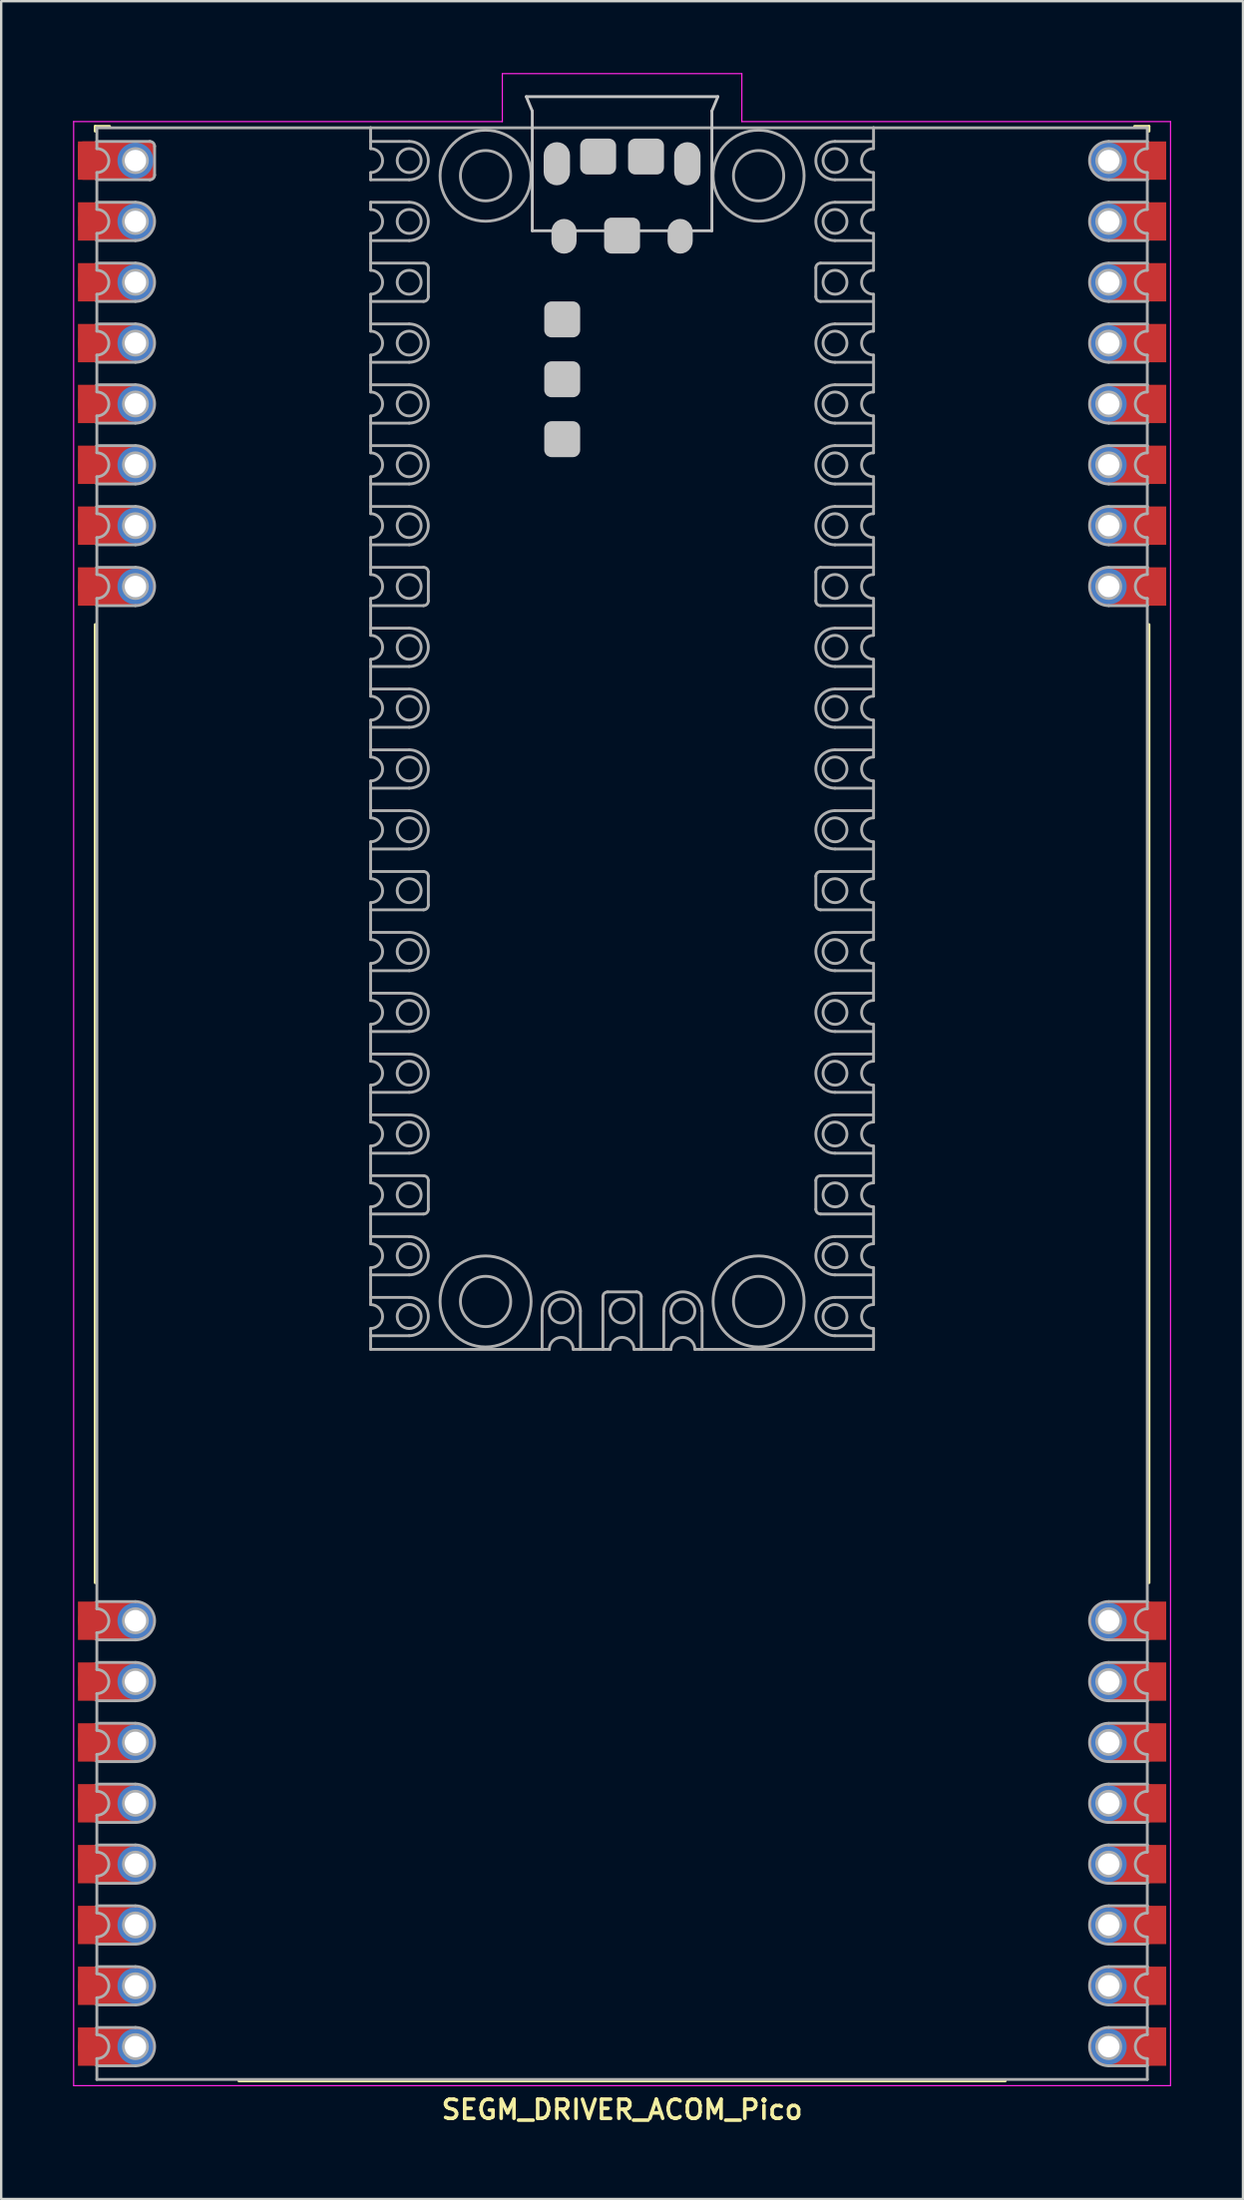
<source format=kicad_pcb>
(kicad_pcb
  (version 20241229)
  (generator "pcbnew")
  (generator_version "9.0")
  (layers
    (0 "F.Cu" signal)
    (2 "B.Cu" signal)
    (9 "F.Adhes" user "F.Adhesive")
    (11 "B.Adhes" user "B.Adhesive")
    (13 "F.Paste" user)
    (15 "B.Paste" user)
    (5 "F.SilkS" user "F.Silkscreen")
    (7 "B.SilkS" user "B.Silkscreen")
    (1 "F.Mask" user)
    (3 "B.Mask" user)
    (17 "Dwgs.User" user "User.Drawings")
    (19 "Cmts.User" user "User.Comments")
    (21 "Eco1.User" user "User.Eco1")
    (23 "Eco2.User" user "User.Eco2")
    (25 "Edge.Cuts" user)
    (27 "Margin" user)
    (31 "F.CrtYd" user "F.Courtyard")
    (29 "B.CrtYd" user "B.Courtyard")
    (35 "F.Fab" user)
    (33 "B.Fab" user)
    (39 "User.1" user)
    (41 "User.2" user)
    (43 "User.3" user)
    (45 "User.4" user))
  (footprint "SEGM_DRIVER_ACOM_Pico"
    (layer "F.Cu")
    (at 22.925 43.025)
    (property "Reference" "SEGM_DRIVER_ACOM_Pico" (at 0 42 0) (layer "F.SilkS") (effects (font (size 0.8 0.8) (thickness 0.15))))
    (attr through_hole)
    (fp_line (start -22 -40.8) (end -22 -40.6) (stroke (width 0.12) (type solid)) (layer "F.SilkS"))
    (fp_line (start -22 -40.8) (end -21.4 -40.8) (stroke (width 0.12) (type solid)) (layer "F.SilkS"))
    (fp_line (start -22 -20) (end -22 20) (stroke (width 0.12) (type solid)) (layer "F.SilkS"))
    (fp_line (start -16 40.8) (end 16 40.8) (stroke (width 0.12) (type solid)) (layer "F.SilkS"))
    (fp_line (start 21.4 -40.8) (end 22 -40.8) (stroke (width 0.12) (type solid)) (layer "F.SilkS"))
    (fp_line (start 22 -40.8) (end 22 -40.6) (stroke (width 0.12) (type solid)) (layer "F.SilkS"))
    (fp_line (start 22 -20) (end 22 20) (stroke (width 0.12) (type solid)) (layer "F.SilkS"))
    (fp_line (start -4 -42.04) (end -3.75 -41.44) (stroke (width 0.12) (type solid)) (layer "Dwgs.User"))
    (fp_line (start -4 -42.04) (end 4 -42.04) (stroke (width 0.12) (type solid)) (layer "Dwgs.User"))
    (fp_line (start -3.75 -41.44) (end -3.75 -36.44) (stroke (width 0.12) (type solid)) (layer "Dwgs.User"))
    (fp_line (start -3.75 -36.44) (end 3.75 -36.44) (stroke (width 0.12) (type solid)) (layer "Dwgs.User"))
    (fp_line (start 3.75 -41.44) (end 3.75 -36.44) (stroke (width 0.12) (type solid)) (layer "Dwgs.User"))
    (fp_line (start 4 -42.04) (end 3.75 -41.44) (stroke (width 0.12) (type solid)) (layer "Dwgs.User"))
    (fp_line (start -22.9 -41) (end -22.9 41) (stroke (width 0.05) (type default)) (layer "F.CrtYd"))
    (fp_line (start -22.9 41) (end 22.9 41) (stroke (width 0.05) (type default)) (layer "F.CrtYd"))
    (fp_line (start -5 -43) (end -5 -41) (stroke (width 0.05) (type default)) (layer "F.CrtYd"))
    (fp_line (start -5 -41) (end -22.9 -41) (stroke (width 0.05) (type default)) (layer "F.CrtYd"))
    (fp_line (start 5 -43) (end -5 -43) (stroke (width 0.05) (type default)) (layer "F.CrtYd"))
    (fp_line (start 5 -41) (end 5 -43) (stroke (width 0.05) (type default)) (layer "F.CrtYd"))
    (fp_line (start 22.9 -41) (end 5 -41) (stroke (width 0.05) (type default)) (layer "F.CrtYd"))
    (fp_line (start 22.9 41) (end 22.9 -41) (stroke (width 0.05) (type default)) (layer "F.CrtYd"))
    (fp_line (start -21.93 -40.74) (end -21.93 -40.17) (stroke (width 0.12) (type solid)) (layer "F.Fab"))
    (fp_line (start -21.93 -40.17) (end -21.93 -39.87) (stroke (width 0.12) (type solid)) (layer "F.Fab"))
    (fp_line (start -21.93 -38.87) (end -21.93 -38.57) (stroke (width 0.12) (type solid)) (layer "F.Fab"))
    (fp_line (start -21.93 -37.63) (end -21.93 -38.57) (stroke (width 0.12) (type solid)) (layer "F.Fab"))
    (fp_line (start -21.93 -37.63) (end -21.93 -37.34) (stroke (width 0.12) (type solid)) (layer "F.Fab"))
    (fp_line (start -21.93 -36.33) (end -21.93 -36.03) (stroke (width 0.12) (type solid)) (layer "F.Fab"))
    (fp_line (start -21.93 -35.09) (end -21.93 -36.03) (stroke (width 0.12) (type solid)) (layer "F.Fab"))
    (fp_line (start -21.93 -35.09) (end -21.93 -34.8) (stroke (width 0.12) (type solid)) (layer "F.Fab"))
    (fp_line (start -21.93 -33.79) (end -21.93 -33.49) (stroke (width 0.12) (type solid)) (layer "F.Fab"))
    (fp_line (start -21.93 -32.55) (end -21.93 -33.49) (stroke (width 0.12) (type solid)) (layer "F.Fab"))
    (fp_line (start -21.93 -32.55) (end -21.93 -32.25) (stroke (width 0.12) (type solid)) (layer "F.Fab"))
    (fp_line (start -21.93 -31.25) (end -21.93 -30.95) (stroke (width 0.12) (type solid)) (layer "F.Fab"))
    (fp_line (start -21.93 -30.01) (end -21.93 -30.95) (stroke (width 0.12) (type solid)) (layer "F.Fab"))
    (fp_line (start -21.93 -30.01) (end -21.93 -29.72) (stroke (width 0.12) (type solid)) (layer "F.Fab"))
    (fp_line (start -21.93 -28.71) (end -21.93 -28.41) (stroke (width 0.12) (type solid)) (layer "F.Fab"))
    (fp_line (start -21.93 -27.47) (end -21.93 -28.41) (stroke (width 0.12) (type solid)) (layer "F.Fab"))
    (fp_line (start -21.93 -27.47) (end -21.93 -27.18) (stroke (width 0.12) (type solid)) (layer "F.Fab"))
    (fp_line (start -21.93 -26.17) (end -21.93 -25.87) (stroke (width 0.12) (type solid)) (layer "F.Fab"))
    (fp_line (start -21.93 -24.93) (end -21.93 -25.87) (stroke (width 0.12) (type solid)) (layer "F.Fab"))
    (fp_line (start -21.93 -24.93) (end -21.93 -24.63) (stroke (width 0.12) (type solid)) (layer "F.Fab"))
    (fp_line (start -21.93 -23.63) (end -21.93 -23.33) (stroke (width 0.12) (type solid)) (layer "F.Fab"))
    (fp_line (start -21.93 -22.39) (end -21.93 -23.33) (stroke (width 0.12) (type solid)) (layer "F.Fab"))
    (fp_line (start -21.93 -22.39) (end -21.93 -22.09) (stroke (width 0.12) (type solid)) (layer "F.Fab"))
    (fp_line (start -21.93 -21.09) (end -21.93 -20.79) (stroke (width 0.12) (type solid)) (layer "F.Fab"))
    (fp_line (start -21.93 20.79) (end -21.93 -20.79) (stroke (width 0.12) (type solid)) (layer "F.Fab"))
    (fp_line (start -21.93 20.79) (end -21.93 21.09) (stroke (width 0.12) (type solid)) (layer "F.Fab"))
    (fp_line (start -21.93 22.09) (end -21.93 22.39) (stroke (width 0.12) (type solid)) (layer "F.Fab"))
    (fp_line (start -21.93 23.33) (end -21.93 22.39) (stroke (width 0.12) (type solid)) (layer "F.Fab"))
    (fp_line (start -21.93 23.33) (end -21.93 23.62) (stroke (width 0.12) (type solid)) (layer "F.Fab"))
    (fp_line (start -21.93 24.63) (end -21.93 24.93) (stroke (width 0.12) (type solid)) (layer "F.Fab"))
    (fp_line (start -21.93 25.87) (end -21.93 24.93) (stroke (width 0.12) (type solid)) (layer "F.Fab"))
    (fp_line (start -21.93 25.87) (end -21.93 26.16) (stroke (width 0.12) (type solid)) (layer "F.Fab"))
    (fp_line (start -21.93 27.17) (end -21.93 27.47) (stroke (width 0.12) (type solid)) (layer "F.Fab"))
    (fp_line (start -21.93 28.41) (end -21.93 27.47) (stroke (width 0.12) (type solid)) (layer "F.Fab"))
    (fp_line (start -21.93 28.41) (end -21.93 28.71) (stroke (width 0.12) (type solid)) (layer "F.Fab"))
    (fp_line (start -21.93 29.71) (end -21.93 30.01) (stroke (width 0.12) (type solid)) (layer "F.Fab"))
    (fp_line (start -21.93 30.95) (end -21.93 30.01) (stroke (width 0.12) (type solid)) (layer "F.Fab"))
    (fp_line (start -21.93 30.95) (end -21.93 31.25) (stroke (width 0.12) (type solid)) (layer "F.Fab"))
    (fp_line (start -21.93 32.25) (end -21.93 32.55) (stroke (width 0.12) (type solid)) (layer "F.Fab"))
    (fp_line (start -21.93 33.49) (end -21.93 32.55) (stroke (width 0.12) (type solid)) (layer "F.Fab"))
    (fp_line (start -21.93 33.49) (end -21.93 33.78) (stroke (width 0.12) (type solid)) (layer "F.Fab"))
    (fp_line (start -21.93 34.79) (end -21.93 35.09) (stroke (width 0.12) (type solid)) (layer "F.Fab"))
    (fp_line (start -21.93 36.03) (end -21.93 35.09) (stroke (width 0.12) (type solid)) (layer "F.Fab"))
    (fp_line (start -21.93 36.03) (end -21.93 36.32) (stroke (width 0.12) (type solid)) (layer "F.Fab"))
    (fp_line (start -21.93 37.33) (end -21.93 37.63) (stroke (width 0.12) (type solid)) (layer "F.Fab"))
    (fp_line (start -21.93 38.57) (end -21.93 37.63) (stroke (width 0.12) (type solid)) (layer "F.Fab"))
    (fp_line (start -21.93 38.57) (end -21.93 38.87) (stroke (width 0.12) (type solid)) (layer "F.Fab"))
    (fp_line (start -21.93 39.87) (end -21.93 40.17) (stroke (width 0.12) (type solid)) (layer "F.Fab"))
    (fp_line (start -21.93 40.74) (end -21.93 40.17) (stroke (width 0.12) (type solid)) (layer "F.Fab"))
    (fp_line (start -20.32 -37.63) (end -21.93 -37.63) (stroke (width 0.12) (type solid)) (layer "F.Fab"))
    (fp_line (start -20.32 -36.03) (end -21.93 -36.03) (stroke (width 0.12) (type solid)) (layer "F.Fab"))
    (fp_line (start -20.32 -35.09) (end -21.93 -35.09) (stroke (width 0.12) (type solid)) (layer "F.Fab"))
    (fp_line (start -20.32 -33.49) (end -21.93 -33.49) (stroke (width 0.12) (type solid)) (layer "F.Fab"))
    (fp_line (start -20.32 -32.55) (end -21.93 -32.55) (stroke (width 0.12) (type solid)) (layer "F.Fab"))
    (fp_line (start -20.32 -30.95) (end -21.93 -30.95) (stroke (width 0.12) (type solid)) (layer "F.Fab"))
    (fp_line (start -20.32 -30.01) (end -21.93 -30.01) (stroke (width 0.12) (type solid)) (layer "F.Fab"))
    (fp_line (start -20.32 -28.41) (end -21.93 -28.41) (stroke (width 0.12) (type solid)) (layer "F.Fab"))
    (fp_line (start -20.32 -27.47) (end -21.93 -27.47) (stroke (width 0.12) (type solid)) (layer "F.Fab"))
    (fp_line (start -20.32 -25.87) (end -21.93 -25.87) (stroke (width 0.12) (type solid)) (layer "F.Fab"))
    (fp_line (start -20.32 -24.93) (end -21.93 -24.93) (stroke (width 0.12) (type solid)) (layer "F.Fab"))
    (fp_line (start -20.32 -23.33) (end -21.93 -23.33) (stroke (width 0.12) (type solid)) (layer "F.Fab"))
    (fp_line (start -20.32 -22.39) (end -21.93 -22.39) (stroke (width 0.12) (type solid)) (layer "F.Fab"))
    (fp_line (start -20.32 -20.79) (end -21.93 -20.79) (stroke (width 0.12) (type solid)) (layer "F.Fab"))
    (fp_line (start -20.32 20.79) (end -21.93 20.79) (stroke (width 0.12) (type solid)) (layer "F.Fab"))
    (fp_line (start -20.32 22.39) (end -21.93 22.39) (stroke (width 0.12) (type solid)) (layer "F.Fab"))
    (fp_line (start -20.32 23.33) (end -21.93 23.33) (stroke (width 0.12) (type solid)) (layer "F.Fab"))
    (fp_line (start -20.32 24.93) (end -21.93 24.93) (stroke (width 0.12) (type solid)) (layer "F.Fab"))
    (fp_line (start -20.32 25.87) (end -21.93 25.87) (stroke (width 0.12) (type solid)) (layer "F.Fab"))
    (fp_line (start -20.32 27.47) (end -21.93 27.47) (stroke (width 0.12) (type solid)) (layer "F.Fab"))
    (fp_line (start -20.32 28.41) (end -21.93 28.41) (stroke (width 0.12) (type solid)) (layer "F.Fab"))
    (fp_line (start -20.32 30.01) (end -21.93 30.01) (stroke (width 0.12) (type solid)) (layer "F.Fab"))
    (fp_line (start -20.32 30.95) (end -21.93 30.95) (stroke (width 0.12) (type solid)) (layer "F.Fab"))
    (fp_line (start -20.32 32.55) (end -21.93 32.55) (stroke (width 0.12) (type solid)) (layer "F.Fab"))
    (fp_line (start -20.32 33.49) (end -21.93 33.49) (stroke (width 0.12) (type solid)) (layer "F.Fab"))
    (fp_line (start -20.32 35.09) (end -21.93 35.09) (stroke (width 0.12) (type solid)) (layer "F.Fab"))
    (fp_line (start -20.32 36.03) (end -21.93 36.03) (stroke (width 0.12) (type solid)) (layer "F.Fab"))
    (fp_line (start -20.32 37.63) (end -21.93 37.63) (stroke (width 0.12) (type solid)) (layer "F.Fab"))
    (fp_line (start -20.32 38.57) (end -21.93 38.57) (stroke (width 0.12) (type solid)) (layer "F.Fab"))
    (fp_line (start -20.32 40.17) (end -21.93 40.17) (stroke (width 0.12) (type solid)) (layer "F.Fab"))
    (fp_line (start -19.72 -40.17) (end -21.93 -40.17) (stroke (width 0.12) (type solid)) (layer "F.Fab"))
    (fp_line (start -19.72 -38.57) (end -21.93 -38.57) (stroke (width 0.12) (type solid)) (layer "F.Fab"))
    (fp_line (start -19.52 -39.97) (end -19.52 -38.77) (stroke (width 0.12) (type solid)) (layer "F.Fab"))
    (fp_line (start -10.5 -40.74) (end -21.93 -40.74) (stroke (width 0.12) (type solid)) (layer "F.Fab"))
    (fp_line (start -10.5 -40.74) (end -10.5 -40.17) (stroke (width 0.12) (type solid)) (layer "F.Fab"))
    (fp_line (start -10.5 -40.17) (end -10.5 -39.87) (stroke (width 0.12) (type solid)) (layer "F.Fab"))
    (fp_line (start -10.5 -38.87) (end -10.5 -38.57) (stroke (width 0.12) (type solid)) (layer "F.Fab"))
    (fp_line (start -10.5 -37.63) (end -10.5 -37.33) (stroke (width 0.12) (type solid)) (layer "F.Fab"))
    (fp_line (start -10.5 -36.33) (end -10.5 -34.79) (stroke (width 0.12) (type solid)) (layer "F.Fab"))
    (fp_line (start -10.5 -33.79) (end -10.5 -32.25) (stroke (width 0.12) (type solid)) (layer "F.Fab"))
    (fp_line (start -10.5 -31.25) (end -10.5 -29.71) (stroke (width 0.12) (type solid)) (layer "F.Fab"))
    (fp_line (start -10.5 -28.71) (end -10.5 -27.17) (stroke (width 0.12) (type solid)) (layer "F.Fab"))
    (fp_line (start -10.5 -26.17) (end -10.5 -24.63) (stroke (width 0.12) (type solid)) (layer "F.Fab"))
    (fp_line (start -10.5 -23.63) (end -10.5 -22.09) (stroke (width 0.12) (type solid)) (layer "F.Fab"))
    (fp_line (start -10.5 -21.09) (end -10.5 -19.55) (stroke (width 0.12) (type solid)) (layer "F.Fab"))
    (fp_line (start -10.5 -18.55) (end -10.5 -17.01) (stroke (width 0.12) (type solid)) (layer "F.Fab"))
    (fp_line (start -10.5 -16.01) (end -10.5 -14.47) (stroke (width 0.12) (type solid)) (layer "F.Fab"))
    (fp_line (start -10.5 -13.47) (end -10.5 -11.93) (stroke (width 0.12) (type solid)) (layer "F.Fab"))
    (fp_line (start -10.5 -10.93) (end -10.5 -9.39) (stroke (width 0.12) (type solid)) (layer "F.Fab"))
    (fp_line (start -10.5 -8.39) (end -10.5 -6.85) (stroke (width 0.12) (type solid)) (layer "F.Fab"))
    (fp_line (start -10.5 -5.85) (end -10.5 -4.31) (stroke (width 0.12) (type solid)) (layer "F.Fab"))
    (fp_line (start -10.5 -3.31) (end -10.5 -1.77) (stroke (width 0.12) (type solid)) (layer "F.Fab"))
    (fp_line (start -10.5 -0.77) (end -10.5 0.77) (stroke (width 0.12) (type solid)) (layer "F.Fab"))
    (fp_line (start -10.5 1.77) (end -10.5 3.31) (stroke (width 0.12) (type solid)) (layer "F.Fab"))
    (fp_line (start -10.5 4.31) (end -10.5 5.85) (stroke (width 0.12) (type solid)) (layer "F.Fab"))
    (fp_line (start -10.5 6.85) (end -10.5 8.39) (stroke (width 0.12) (type solid)) (layer "F.Fab"))
    (fp_line (start -10.5 9.39) (end -10.5 10.26) (stroke (width 0.12) (type solid)) (layer "F.Fab"))
    (fp_line (start -8.89 -40.17) (end -10.5 -40.17) (stroke (width 0.12) (type solid)) (layer "F.Fab"))
    (fp_line (start -8.89 -38.57) (end -10.5 -38.57) (stroke (width 0.12) (type solid)) (layer "F.Fab"))
    (fp_line (start -8.89 -37.63) (end -10.5 -37.63) (stroke (width 0.12) (type solid)) (layer "F.Fab"))
    (fp_line (start -8.89 -36.03) (end -10.5 -36.03) (stroke (width 0.12) (type solid)) (layer "F.Fab"))
    (fp_line (start -8.89 -32.55) (end -10.5 -32.55) (stroke (width 0.12) (type solid)) (layer "F.Fab"))
    (fp_line (start -8.89 -30.95) (end -10.5 -30.95) (stroke (width 0.12) (type solid)) (layer "F.Fab"))
    (fp_line (start -8.89 -30.01) (end -10.5 -30.01) (stroke (width 0.12) (type solid)) (layer "F.Fab"))
    (fp_line (start -8.89 -28.41) (end -10.5 -28.41) (stroke (width 0.12) (type solid)) (layer "F.Fab"))
    (fp_line (start -8.89 -27.47) (end -10.5 -27.47) (stroke (width 0.12) (type solid)) (layer "F.Fab"))
    (fp_line (start -8.89 -25.87) (end -10.5 -25.87) (stroke (width 0.12) (type solid)) (layer "F.Fab"))
    (fp_line (start -8.89 -24.93) (end -10.5 -24.93) (stroke (width 0.12) (type solid)) (layer "F.Fab"))
    (fp_line (start -8.89 -23.33) (end -10.5 -23.33) (stroke (width 0.12) (type solid)) (layer "F.Fab"))
    (fp_line (start -8.89 -19.85) (end -10.5 -19.85) (stroke (width 0.12) (type solid)) (layer "F.Fab"))
    (fp_line (start -8.89 -18.25) (end -10.5 -18.25) (stroke (width 0.12) (type solid)) (layer "F.Fab"))
    (fp_line (start -8.89 -17.31) (end -10.5 -17.31) (stroke (width 0.12) (type solid)) (layer "F.Fab"))
    (fp_line (start -8.89 -15.71) (end -10.5 -15.71) (stroke (width 0.12) (type solid)) (layer "F.Fab"))
    (fp_line (start -8.89 -14.77) (end -10.5 -14.77) (stroke (width 0.12) (type solid)) (layer "F.Fab"))
    (fp_line (start -8.89 -13.17) (end -10.5 -13.17) (stroke (width 0.12) (type solid)) (layer "F.Fab"))
    (fp_line (start -8.89 -12.23) (end -10.5 -12.23) (stroke (width 0.12) (type solid)) (layer "F.Fab"))
    (fp_line (start -8.89 -10.63) (end -10.5 -10.63) (stroke (width 0.12) (type solid)) (layer "F.Fab"))
    (fp_line (start -8.89 -7.15) (end -10.5 -7.15) (stroke (width 0.12) (type solid)) (layer "F.Fab"))
    (fp_line (start -8.89 -5.55) (end -10.5 -5.55) (stroke (width 0.12) (type solid)) (layer "F.Fab"))
    (fp_line (start -8.89 -4.61) (end -10.5 -4.61) (stroke (width 0.12) (type solid)) (layer "F.Fab"))
    (fp_line (start -8.89 -3.01) (end -10.5 -3.01) (stroke (width 0.12) (type solid)) (layer "F.Fab"))
    (fp_line (start -8.89 -2.07) (end -10.5 -2.07) (stroke (width 0.12) (type solid)) (layer "F.Fab"))
    (fp_line (start -8.89 -0.47) (end -10.5 -0.47) (stroke (width 0.12) (type solid)) (layer "F.Fab"))
    (fp_line (start -8.89 0.47) (end -10.5 0.47) (stroke (width 0.12) (type solid)) (layer "F.Fab"))
    (fp_line (start -8.89 2.07) (end -10.5 2.07) (stroke (width 0.12) (type solid)) (layer "F.Fab"))
    (fp_line (start -8.89 5.55) (end -10.5 5.55) (stroke (width 0.12) (type solid)) (layer "F.Fab"))
    (fp_line (start -8.89 7.15) (end -10.5 7.15) (stroke (width 0.12) (type solid)) (layer "F.Fab"))
    (fp_line (start -8.89 8.09) (end -10.5 8.09) (stroke (width 0.12) (type solid)) (layer "F.Fab"))
    (fp_line (start -8.89 9.69) (end -10.5 9.69) (stroke (width 0.12) (type solid)) (layer "F.Fab"))
    (fp_line (start -8.29 -35.09) (end -10.5 -35.09) (stroke (width 0.12) (type solid)) (layer "F.Fab"))
    (fp_line (start -8.29 -33.49) (end -10.5 -33.49) (stroke (width 0.12) (type solid)) (layer "F.Fab"))
    (fp_line (start -8.29 -22.39) (end -10.5 -22.39) (stroke (width 0.12) (type solid)) (layer "F.Fab"))
    (fp_line (start -8.29 -20.79) (end -10.5 -20.79) (stroke (width 0.12) (type solid)) (layer "F.Fab"))
    (fp_line (start -8.29 -9.69) (end -10.5 -9.69) (stroke (width 0.12) (type solid)) (layer "F.Fab"))
    (fp_line (start -8.29 -8.09) (end -10.5 -8.09) (stroke (width 0.12) (type solid)) (layer "F.Fab"))
    (fp_line (start -8.29 3.01) (end -10.5 3.01) (stroke (width 0.12) (type solid)) (layer "F.Fab"))
    (fp_line (start -8.29 4.61) (end -10.5 4.61) (stroke (width 0.12) (type solid)) (layer "F.Fab"))
    (fp_line (start -8.09 -34.89) (end -8.09 -33.69) (stroke (width 0.12) (type solid)) (layer "F.Fab"))
    (fp_line (start -8.09 -22.19) (end -8.09 -20.99) (stroke (width 0.12) (type solid)) (layer "F.Fab"))
    (fp_line (start -8.09 -9.49) (end -8.09 -8.29) (stroke (width 0.12) (type solid)) (layer "F.Fab"))
    (fp_line (start -8.09 3.21) (end -8.09 4.41) (stroke (width 0.12) (type solid)) (layer "F.Fab"))
    (fp_line (start -3.34 8.66) (end -3.34 10.26) (stroke (width 0.12) (type solid)) (layer "F.Fab"))
    (fp_line (start -3.04 10.26) (end -10.5 10.26) (stroke (width 0.12) (type solid)) (layer "F.Fab"))
    (fp_line (start -1.74 8.66) (end -1.74 10.26) (stroke (width 0.12) (type solid)) (layer "F.Fab"))
    (fp_line (start -0.8 8.06) (end -0.8 10.26) (stroke (width 0.12) (type solid)) (layer "F.Fab"))
    (fp_line (start -0.6 7.86) (end 0.6 7.86) (stroke (width 0.12) (type solid)) (layer "F.Fab"))
    (fp_line (start -0.5 10.26) (end -2.04 10.26) (stroke (width 0.12) (type solid)) (layer "F.Fab"))
    (fp_line (start 0.8 8.06) (end 0.8 10.26) (stroke (width 0.12) (type solid)) (layer "F.Fab"))
    (fp_line (start 1.74 8.66) (end 1.74 10.26) (stroke (width 0.12) (type solid)) (layer "F.Fab"))
    (fp_line (start 2.04 10.26) (end 0.5 10.26) (stroke (width 0.12) (type solid)) (layer "F.Fab"))
    (fp_line (start 3.34 8.66) (end 3.34 10.26) (stroke (width 0.12) (type solid)) (layer "F.Fab"))
    (fp_line (start 8.09 -33.69) (end 8.09 -34.89) (stroke (width 0.12) (type solid)) (layer "F.Fab"))
    (fp_line (start 8.09 -20.99) (end 8.09 -22.19) (stroke (width 0.12) (type solid)) (layer "F.Fab"))
    (fp_line (start 8.09 -8.29) (end 8.09 -9.49) (stroke (width 0.12) (type solid)) (layer "F.Fab"))
    (fp_line (start 8.09 4.41) (end 8.09 3.21) (stroke (width 0.12) (type solid)) (layer "F.Fab"))
    (fp_line (start 8.29 -35.09) (end 10.5 -35.09) (stroke (width 0.12) (type solid)) (layer "F.Fab"))
    (fp_line (start 8.29 -33.49) (end 10.5 -33.49) (stroke (width 0.12) (type solid)) (layer "F.Fab"))
    (fp_line (start 8.29 -22.39) (end 10.5 -22.39) (stroke (width 0.12) (type solid)) (layer "F.Fab"))
    (fp_line (start 8.29 -20.79) (end 10.5 -20.79) (stroke (width 0.12) (type solid)) (layer "F.Fab"))
    (fp_line (start 8.29 -9.69) (end 10.5 -9.69) (stroke (width 0.12) (type solid)) (layer "F.Fab"))
    (fp_line (start 8.29 -8.09) (end 10.5 -8.09) (stroke (width 0.12) (type solid)) (layer "F.Fab"))
    (fp_line (start 8.29 3.01) (end 10.5 3.01) (stroke (width 0.12) (type solid)) (layer "F.Fab"))
    (fp_line (start 8.29 4.61) (end 10.5 4.61) (stroke (width 0.12) (type solid)) (layer "F.Fab"))
    (fp_line (start 8.89 -40.17) (end 10.5 -40.17) (stroke (width 0.12) (type solid)) (layer "F.Fab"))
    (fp_line (start 8.89 -38.57) (end 10.5 -38.57) (stroke (width 0.12) (type solid)) (layer "F.Fab"))
    (fp_line (start 8.89 -37.63) (end 10.5 -37.63) (stroke (width 0.12) (type solid)) (layer "F.Fab"))
    (fp_line (start 8.89 -36.03) (end 10.5 -36.03) (stroke (width 0.12) (type solid)) (layer "F.Fab"))
    (fp_line (start 8.89 -32.55) (end 10.5 -32.55) (stroke (width 0.12) (type solid)) (layer "F.Fab"))
    (fp_line (start 8.89 -30.95) (end 10.5 -30.95) (stroke (width 0.12) (type solid)) (layer "F.Fab"))
    (fp_line (start 8.89 -30.01) (end 10.5 -30.01) (stroke (width 0.12) (type solid)) (layer "F.Fab"))
    (fp_line (start 8.89 -28.41) (end 10.5 -28.41) (stroke (width 0.12) (type solid)) (layer "F.Fab"))
    (fp_line (start 8.89 -27.47) (end 10.5 -27.47) (stroke (width 0.12) (type solid)) (layer "F.Fab"))
    (fp_line (start 8.89 -25.87) (end 10.5 -25.87) (stroke (width 0.12) (type solid)) (layer "F.Fab"))
    (fp_line (start 8.89 -24.93) (end 10.5 -24.93) (stroke (width 0.12) (type solid)) (layer "F.Fab"))
    (fp_line (start 8.89 -23.33) (end 10.5 -23.33) (stroke (width 0.12) (type solid)) (layer "F.Fab"))
    (fp_line (start 8.89 -19.85) (end 10.5 -19.85) (stroke (width 0.12) (type solid)) (layer "F.Fab"))
    (fp_line (start 8.89 -18.25) (end 10.5 -18.25) (stroke (width 0.12) (type solid)) (layer "F.Fab"))
    (fp_line (start 8.89 -17.31) (end 10.5 -17.31) (stroke (width 0.12) (type solid)) (layer "F.Fab"))
    (fp_line (start 8.89 -15.71) (end 10.5 -15.71) (stroke (width 0.12) (type solid)) (layer "F.Fab"))
    (fp_line (start 8.89 -14.77) (end 10.5 -14.77) (stroke (width 0.12) (type solid)) (layer "F.Fab"))
    (fp_line (start 8.89 -13.17) (end 10.5 -13.17) (stroke (width 0.12) (type solid)) (layer "F.Fab"))
    (fp_line (start 8.89 -12.23) (end 10.5 -12.23) (stroke (width 0.12) (type solid)) (layer "F.Fab"))
    (fp_line (start 8.89 -10.63) (end 10.5 -10.63) (stroke (width 0.12) (type solid)) (layer "F.Fab"))
    (fp_line (start 8.89 -7.15) (end 10.5 -7.15) (stroke (width 0.12) (type solid)) (layer "F.Fab"))
    (fp_line (start 8.89 -5.55) (end 10.5 -5.55) (stroke (width 0.12) (type solid)) (layer "F.Fab"))
    (fp_line (start 8.89 -4.61) (end 10.5 -4.61) (stroke (width 0.12) (type solid)) (layer "F.Fab"))
    (fp_line (start 8.89 -3.01) (end 10.5 -3.01) (stroke (width 0.12) (type solid)) (layer "F.Fab"))
    (fp_line (start 8.89 -2.07) (end 10.5 -2.07) (stroke (width 0.12) (type solid)) (layer "F.Fab"))
    (fp_line (start 8.89 -0.47) (end 10.5 -0.47) (stroke (width 0.12) (type solid)) (layer "F.Fab"))
    (fp_line (start 8.89 0.47) (end 10.5 0.47) (stroke (width 0.12) (type solid)) (layer "F.Fab"))
    (fp_line (start 8.89 2.07) (end 10.5 2.07) (stroke (width 0.12) (type solid)) (layer "F.Fab"))
    (fp_line (start 8.89 5.55) (end 10.5 5.55) (stroke (width 0.12) (type solid)) (layer "F.Fab"))
    (fp_line (start 8.89 7.15) (end 10.5 7.15) (stroke (width 0.12) (type solid)) (layer "F.Fab"))
    (fp_line (start 8.89 8.09) (end 10.5 8.09) (stroke (width 0.12) (type solid)) (layer "F.Fab"))
    (fp_line (start 8.89 9.69) (end 10.5 9.69) (stroke (width 0.12) (type solid)) (layer "F.Fab"))
    (fp_line (start 10.5 -40.74) (end -10.5 -40.74) (stroke (width 0.12) (type solid)) (layer "F.Fab"))
    (fp_line (start 10.5 -40.74) (end 10.5 -40.17) (stroke (width 0.12) (type solid)) (layer "F.Fab"))
    (fp_line (start 10.5 -40.17) (end 10.5 -39.87) (stroke (width 0.12) (type solid)) (layer "F.Fab"))
    (fp_line (start 10.5 -38.87) (end 10.5 -37.33) (stroke (width 0.12) (type solid)) (layer "F.Fab"))
    (fp_line (start 10.5 -36.33) (end 10.5 -34.79) (stroke (width 0.12) (type solid)) (layer "F.Fab"))
    (fp_line (start 10.5 -33.79) (end 10.5 -32.25) (stroke (width 0.12) (type solid)) (layer "F.Fab"))
    (fp_line (start 10.5 -31.25) (end 10.5 -29.71) (stroke (width 0.12) (type solid)) (layer "F.Fab"))
    (fp_line (start 10.5 -28.71) (end 10.5 -27.17) (stroke (width 0.12) (type solid)) (layer "F.Fab"))
    (fp_line (start 10.5 -26.17) (end 10.5 -24.63) (stroke (width 0.12) (type solid)) (layer "F.Fab"))
    (fp_line (start 10.5 -23.63) (end 10.5 -22.09) (stroke (width 0.12) (type solid)) (layer "F.Fab"))
    (fp_line (start 10.5 -21.09) (end 10.5 -19.55) (stroke (width 0.12) (type solid)) (layer "F.Fab"))
    (fp_line (start 10.5 -18.55) (end 10.5 -17.01) (stroke (width 0.12) (type solid)) (layer "F.Fab"))
    (fp_line (start 10.5 -16.01) (end 10.5 -14.47) (stroke (width 0.12) (type solid)) (layer "F.Fab"))
    (fp_line (start 10.5 -13.47) (end 10.5 -11.93) (stroke (width 0.12) (type solid)) (layer "F.Fab"))
    (fp_line (start 10.5 -10.93) (end 10.5 -9.39) (stroke (width 0.12) (type solid)) (layer "F.Fab"))
    (fp_line (start 10.5 -8.39) (end 10.5 -6.85) (stroke (width 0.12) (type solid)) (layer "F.Fab"))
    (fp_line (start 10.5 -5.85) (end 10.5 -4.31) (stroke (width 0.12) (type solid)) (layer "F.Fab"))
    (fp_line (start 10.5 -3.31) (end 10.5 -1.77) (stroke (width 0.12) (type solid)) (layer "F.Fab"))
    (fp_line (start 10.5 -0.77) (end 10.5 0.77) (stroke (width 0.12) (type solid)) (layer "F.Fab"))
    (fp_line (start 10.5 1.77) (end 10.5 3.31) (stroke (width 0.12) (type solid)) (layer "F.Fab"))
    (fp_line (start 10.5 4.31) (end 10.5 5.85) (stroke (width 0.12) (type solid)) (layer "F.Fab"))
    (fp_line (start 10.5 6.85) (end 10.5 8.39) (stroke (width 0.12) (type solid)) (layer "F.Fab"))
    (fp_line (start 10.5 10.26) (end 3.04 10.26) (stroke (width 0.12) (type solid)) (layer "F.Fab"))
    (fp_line (start 10.5 10.26) (end 10.5 9.39) (stroke (width 0.12) (type solid)) (layer "F.Fab"))
    (fp_line (start 20.32 -40.17) (end 21.93 -40.17) (stroke (width 0.12) (type solid)) (layer "F.Fab"))
    (fp_line (start 20.32 -38.57) (end 21.93 -38.57) (stroke (width 0.12) (type solid)) (layer "F.Fab"))
    (fp_line (start 20.32 -37.63) (end 21.93 -37.63) (stroke (width 0.12) (type solid)) (layer "F.Fab"))
    (fp_line (start 20.32 -36.03) (end 21.93 -36.03) (stroke (width 0.12) (type solid)) (layer "F.Fab"))
    (fp_line (start 20.32 -35.09) (end 21.93 -35.09) (stroke (width 0.12) (type solid)) (layer "F.Fab"))
    (fp_line (start 20.32 -33.49) (end 21.93 -33.49) (stroke (width 0.12) (type solid)) (layer "F.Fab"))
    (fp_line (start 20.32 -32.55) (end 21.93 -32.55) (stroke (width 0.12) (type solid)) (layer "F.Fab"))
    (fp_line (start 20.32 -30.95) (end 21.93 -30.95) (stroke (width 0.12) (type solid)) (layer "F.Fab"))
    (fp_line (start 20.32 -30.01) (end 21.93 -30.01) (stroke (width 0.12) (type solid)) (layer "F.Fab"))
    (fp_line (start 20.32 -28.41) (end 21.93 -28.41) (stroke (width 0.12) (type solid)) (layer "F.Fab"))
    (fp_line (start 20.32 -27.47) (end 21.93 -27.47) (stroke (width 0.12) (type solid)) (layer "F.Fab"))
    (fp_line (start 20.32 -25.87) (end 21.93 -25.87) (stroke (width 0.12) (type solid)) (layer "F.Fab"))
    (fp_line (start 20.32 -24.93) (end 21.93 -24.93) (stroke (width 0.12) (type solid)) (layer "F.Fab"))
    (fp_line (start 20.32 -23.33) (end 21.93 -23.33) (stroke (width 0.12) (type solid)) (layer "F.Fab"))
    (fp_line (start 20.32 -22.39) (end 21.93 -22.39) (stroke (width 0.12) (type solid)) (layer "F.Fab"))
    (fp_line (start 20.32 -20.79) (end 21.93 -20.79) (stroke (width 0.12) (type solid)) (layer "F.Fab"))
    (fp_line (start 20.32 20.79) (end 21.93 20.79) (stroke (width 0.12) (type solid)) (layer "F.Fab"))
    (fp_line (start 20.32 22.39) (end 21.93 22.39) (stroke (width 0.12) (type solid)) (layer "F.Fab"))
    (fp_line (start 20.32 23.33) (end 21.93 23.33) (stroke (width 0.12) (type solid)) (layer "F.Fab"))
    (fp_line (start 20.32 24.93) (end 21.93 24.93) (stroke (width 0.12) (type solid)) (layer "F.Fab"))
    (fp_line (start 20.32 25.87) (end 21.93 25.87) (stroke (width 0.12) (type solid)) (layer "F.Fab"))
    (fp_line (start 20.32 27.47) (end 21.93 27.47) (stroke (width 0.12) (type solid)) (layer "F.Fab"))
    (fp_line (start 20.32 28.41) (end 21.93 28.41) (stroke (width 0.12) (type solid)) (layer "F.Fab"))
    (fp_line (start 20.32 30.01) (end 21.93 30.01) (stroke (width 0.12) (type solid)) (layer "F.Fab"))
    (fp_line (start 20.32 30.95) (end 21.93 30.95) (stroke (width 0.12) (type solid)) (layer "F.Fab"))
    (fp_line (start 20.32 32.55) (end 21.93 32.55) (stroke (width 0.12) (type solid)) (layer "F.Fab"))
    (fp_line (start 20.32 33.49) (end 21.93 33.49) (stroke (width 0.12) (type solid)) (layer "F.Fab"))
    (fp_line (start 20.32 35.09) (end 21.93 35.09) (stroke (width 0.12) (type solid)) (layer "F.Fab"))
    (fp_line (start 20.32 36.03) (end 21.93 36.03) (stroke (width 0.12) (type solid)) (layer "F.Fab"))
    (fp_line (start 20.32 37.63) (end 21.93 37.63) (stroke (width 0.12) (type solid)) (layer "F.Fab"))
    (fp_line (start 20.32 38.57) (end 21.93 38.57) (stroke (width 0.12) (type solid)) (layer "F.Fab"))
    (fp_line (start 20.32 40.17) (end 21.93 40.17) (stroke (width 0.12) (type solid)) (layer "F.Fab"))
    (fp_line (start 21.93 -40.74) (end 10.5 -40.74) (stroke (width 0.12) (type solid)) (layer "F.Fab"))
    (fp_line (start 21.93 -40.74) (end 21.93 -40.17) (stroke (width 0.12) (type solid)) (layer "F.Fab"))
    (fp_line (start 21.93 -40.17) (end 21.93 -39.87) (stroke (width 0.12) (type solid)) (layer "F.Fab"))
    (fp_line (start 21.93 -38.87) (end 21.93 -38.57) (stroke (width 0.12) (type solid)) (layer "F.Fab"))
    (fp_line (start 21.93 -37.63) (end 21.93 -38.57) (stroke (width 0.12) (type solid)) (layer "F.Fab"))
    (fp_line (start 21.93 -37.63) (end 21.93 -37.33) (stroke (width 0.12) (type solid)) (layer "F.Fab"))
    (fp_line (start 21.93 -36.33) (end 21.93 -36.03) (stroke (width 0.12) (type solid)) (layer "F.Fab"))
    (fp_line (start 21.93 -35.09) (end 21.93 -36.03) (stroke (width 0.12) (type solid)) (layer "F.Fab"))
    (fp_line (start 21.93 -35.09) (end 21.93 -34.79) (stroke (width 0.12) (type solid)) (layer "F.Fab"))
    (fp_line (start 21.93 -33.79) (end 21.93 -33.49) (stroke (width 0.12) (type solid)) (layer "F.Fab"))
    (fp_line (start 21.93 -32.55) (end 21.93 -33.49) (stroke (width 0.12) (type solid)) (layer "F.Fab"))
    (fp_line (start 21.93 -32.55) (end 21.93 -32.25) (stroke (width 0.12) (type solid)) (layer "F.Fab"))
    (fp_line (start 21.93 -31.25) (end 21.93 -30.95) (stroke (width 0.12) (type solid)) (layer "F.Fab"))
    (fp_line (start 21.93 -30.01) (end 21.93 -30.95) (stroke (width 0.12) (type solid)) (layer "F.Fab"))
    (fp_line (start 21.93 -30.01) (end 21.93 -29.71) (stroke (width 0.12) (type solid)) (layer "F.Fab"))
    (fp_line (start 21.93 -28.71) (end 21.93 -28.41) (stroke (width 0.12) (type solid)) (layer "F.Fab"))
    (fp_line (start 21.93 -27.47) (end 21.93 -28.41) (stroke (width 0.12) (type solid)) (layer "F.Fab"))
    (fp_line (start 21.93 -27.47) (end 21.93 -27.17) (stroke (width 0.12) (type solid)) (layer "F.Fab"))
    (fp_line (start 21.93 -26.17) (end 21.93 -25.87) (stroke (width 0.12) (type solid)) (layer "F.Fab"))
    (fp_line (start 21.93 -24.93) (end 21.93 -25.87) (stroke (width 0.12) (type solid)) (layer "F.Fab"))
    (fp_line (start 21.93 -24.93) (end 21.93 -24.63) (stroke (width 0.12) (type solid)) (layer "F.Fab"))
    (fp_line (start 21.93 -23.63) (end 21.93 -23.33) (stroke (width 0.12) (type solid)) (layer "F.Fab"))
    (fp_line (start 21.93 -22.39) (end 21.93 -23.33) (stroke (width 0.12) (type solid)) (layer "F.Fab"))
    (fp_line (start 21.93 -22.39) (end 21.93 -22.09) (stroke (width 0.12) (type solid)) (layer "F.Fab"))
    (fp_line (start 21.93 -21.09) (end 21.93 -20.79) (stroke (width 0.12) (type solid)) (layer "F.Fab"))
    (fp_line (start 21.93 20.79) (end 21.93 -20.79) (stroke (width 0.12) (type solid)) (layer "F.Fab"))
    (fp_line (start 21.93 20.79) (end 21.93 21.09) (stroke (width 0.12) (type solid)) (layer "F.Fab"))
    (fp_line (start 21.93 22.09) (end 21.93 22.39) (stroke (width 0.12) (type solid)) (layer "F.Fab"))
    (fp_line (start 21.93 23.33) (end 21.93 22.39) (stroke (width 0.12) (type solid)) (layer "F.Fab"))
    (fp_line (start 21.93 23.33) (end 21.93 23.63) (stroke (width 0.12) (type solid)) (layer "F.Fab"))
    (fp_line (start 21.93 24.63) (end 21.93 24.93) (stroke (width 0.12) (type solid)) (layer "F.Fab"))
    (fp_line (start 21.93 25.87) (end 21.93 24.93) (stroke (width 0.12) (type solid)) (layer "F.Fab"))
    (fp_line (start 21.93 25.87) (end 21.93 26.17) (stroke (width 0.12) (type solid)) (layer "F.Fab"))
    (fp_line (start 21.93 27.17) (end 21.93 27.47) (stroke (width 0.12) (type solid)) (layer "F.Fab"))
    (fp_line (start 21.93 28.41) (end 21.93 27.47) (stroke (width 0.12) (type solid)) (layer "F.Fab"))
    (fp_line (start 21.93 28.41) (end 21.93 28.71) (stroke (width 0.12) (type solid)) (layer "F.Fab"))
    (fp_line (start 21.93 29.71) (end 21.93 30.01) (stroke (width 0.12) (type solid)) (layer "F.Fab"))
    (fp_line (start 21.93 30.95) (end 21.93 30.01) (stroke (width 0.12) (type solid)) (layer "F.Fab"))
    (fp_line (start 21.93 30.95) (end 21.93 31.25) (stroke (width 0.12) (type solid)) (layer "F.Fab"))
    (fp_line (start 21.93 32.25) (end 21.93 32.55) (stroke (width 0.12) (type solid)) (layer "F.Fab"))
    (fp_line (start 21.93 33.49) (end 21.93 32.55) (stroke (width 0.12) (type solid)) (layer "F.Fab"))
    (fp_line (start 21.93 33.49) (end 21.93 33.79) (stroke (width 0.12) (type solid)) (layer "F.Fab"))
    (fp_line (start 21.93 34.79) (end 21.93 35.09) (stroke (width 0.12) (type solid)) (layer "F.Fab"))
    (fp_line (start 21.93 36.03) (end 21.93 35.09) (stroke (width 0.12) (type solid)) (layer "F.Fab"))
    (fp_line (start 21.93 36.03) (end 21.93 36.33) (stroke (width 0.12) (type solid)) (layer "F.Fab"))
    (fp_line (start 21.93 37.33) (end 21.93 37.63) (stroke (width 0.12) (type solid)) (layer "F.Fab"))
    (fp_line (start 21.93 38.57) (end 21.93 37.63) (stroke (width 0.12) (type solid)) (layer "F.Fab"))
    (fp_line (start 21.93 38.57) (end 21.93 38.87) (stroke (width 0.12) (type solid)) (layer "F.Fab"))
    (fp_line (start 21.93 39.87) (end 21.93 40.17) (stroke (width 0.12) (type solid)) (layer "F.Fab"))
    (fp_line (start 21.93 40.74) (end -21.93 40.74) (stroke (width 0.12) (type solid)) (layer "F.Fab"))
    (fp_line (start 21.93 40.74) (end 21.93 40.17) (stroke (width 0.12) (type solid)) (layer "F.Fab"))
    (fp_arc (start -21.93 -39.87) (mid -21.43 -39.37) (end -21.93 -38.87) (stroke (width 0.12) (type solid)) (layer "F.Fab"))
    (fp_arc (start -21.93 -37.33) (mid -21.43 -36.83) (end -21.93 -36.33) (stroke (width 0.12) (type solid)) (layer "F.Fab"))
    (fp_arc (start -21.93 -34.79) (mid -21.43 -34.29) (end -21.93 -33.79) (stroke (width 0.12) (type solid)) (layer "F.Fab"))
    (fp_arc (start -21.93 -32.25) (mid -21.43 -31.75) (end -21.93 -31.25) (stroke (width 0.12) (type solid)) (layer "F.Fab"))
    (fp_arc (start -21.93 -29.71) (mid -21.43 -29.21) (end -21.93 -28.71) (stroke (width 0.12) (type solid)) (layer "F.Fab"))
    (fp_arc (start -21.93 -27.17) (mid -21.43 -26.67) (end -21.93 -26.17) (stroke (width 0.12) (type solid)) (layer "F.Fab"))
    (fp_arc (start -21.93 -24.63) (mid -21.43 -24.13) (end -21.93 -23.63) (stroke (width 0.12) (type solid)) (layer "F.Fab"))
    (fp_arc (start -21.93 -22.09) (mid -21.43 -21.59) (end -21.93 -21.09) (stroke (width 0.12) (type solid)) (layer "F.Fab"))
    (fp_arc (start -21.93 21.09) (mid -21.43 21.59) (end -21.93 22.09) (stroke (width 0.12) (type solid)) (layer "F.Fab"))
    (fp_arc (start -21.93 23.63) (mid -21.43 24.13) (end -21.93 24.63) (stroke (width 0.12) (type solid)) (layer "F.Fab"))
    (fp_arc (start -21.93 26.17) (mid -21.43 26.67) (end -21.93 27.17) (stroke (width 0.12) (type solid)) (layer "F.Fab"))
    (fp_arc (start -21.93 28.71) (mid -21.43 29.21) (end -21.93 29.71) (stroke (width 0.12) (type solid)) (layer "F.Fab"))
    (fp_arc (start -21.93 31.25) (mid -21.43 31.75) (end -21.93 32.25) (stroke (width 0.12) (type solid)) (layer "F.Fab"))
    (fp_arc (start -21.93 33.79) (mid -21.43 34.29) (end -21.93 34.79) (stroke (width 0.12) (type solid)) (layer "F.Fab"))
    (fp_arc (start -21.93 36.33) (mid -21.43 36.83) (end -21.93 37.33) (stroke (width 0.12) (type solid)) (layer "F.Fab"))
    (fp_arc (start -21.93 38.87) (mid -21.43 39.37) (end -21.93 39.87) (stroke (width 0.12) (type solid)) (layer "F.Fab"))
    (fp_arc (start -20.32 -37.63) (mid -19.52 -36.83) (end -20.32 -36.03) (stroke (width 0.12) (type solid)) (layer "F.Fab"))
    (fp_arc (start -20.32 -35.09) (mid -19.52 -34.29) (end -20.32 -33.49) (stroke (width 0.12) (type solid)) (layer "F.Fab"))
    (fp_arc (start -20.32 -32.55) (mid -19.52 -31.75) (end -20.32 -30.95) (stroke (width 0.12) (type solid)) (layer "F.Fab"))
    (fp_arc (start -20.32 -30.01) (mid -19.52 -29.21) (end -20.32 -28.41) (stroke (width 0.12) (type solid)) (layer "F.Fab"))
    (fp_arc (start -20.32 -27.47) (mid -19.52 -26.67) (end -20.32 -25.87) (stroke (width 0.12) (type solid)) (layer "F.Fab"))
    (fp_arc (start -20.32 -24.93) (mid -19.52 -24.13) (end -20.32 -23.33) (stroke (width 0.12) (type solid)) (layer "F.Fab"))
    (fp_arc (start -20.32 -22.39) (mid -19.52 -21.59) (end -20.32 -20.79) (stroke (width 0.12) (type solid)) (layer "F.Fab"))
    (fp_arc (start -20.32 20.79) (mid -19.52 21.59) (end -20.32 22.39) (stroke (width 0.12) (type solid)) (layer "F.Fab"))
    (fp_arc (start -20.32 23.33) (mid -19.52 24.13) (end -20.32 24.93) (stroke (width 0.12) (type solid)) (layer "F.Fab"))
    (fp_arc (start -20.32 25.87) (mid -19.52 26.67) (end -20.32 27.47) (stroke (width 0.12) (type solid)) (layer "F.Fab"))
    (fp_arc (start -20.32 28.41) (mid -19.52 29.21) (end -20.32 30.01) (stroke (width 0.12) (type solid)) (layer "F.Fab"))
    (fp_arc (start -20.32 30.95) (mid -19.52 31.75) (end -20.32 32.55) (stroke (width 0.12) (type solid)) (layer "F.Fab"))
    (fp_arc (start -20.32 33.49) (mid -19.52 34.29) (end -20.32 35.09) (stroke (width 0.12) (type solid)) (layer "F.Fab"))
    (fp_arc (start -20.32 36.03) (mid -19.52 36.83) (end -20.32 37.63) (stroke (width 0.12) (type solid)) (layer "F.Fab"))
    (fp_arc (start -20.32 38.57) (mid -19.52 39.37) (end -20.32 40.17) (stroke (width 0.12) (type solid)) (layer "F.Fab"))
    (fp_arc (start -19.72 -40.17) (mid -19.578579 -40.111421) (end -19.52 -39.97) (stroke (width 0.12) (type solid)) (layer "F.Fab"))
    (fp_arc (start -19.52 -38.77) (mid -19.578579 -38.628579) (end -19.72 -38.57) (stroke (width 0.12) (type solid)) (layer "F.Fab"))
    (fp_arc (start -10.5 -39.87) (mid -10 -39.37) (end -10.5 -38.87) (stroke (width 0.12) (type solid)) (layer "F.Fab"))
    (fp_arc (start -10.5 -37.33) (mid -10 -36.83) (end -10.5 -36.33) (stroke (width 0.12) (type solid)) (layer "F.Fab"))
    (fp_arc (start -10.5 -34.79) (mid -10 -34.29) (end -10.5 -33.79) (stroke (width 0.12) (type solid)) (layer "F.Fab"))
    (fp_arc (start -10.5 -32.25) (mid -10 -31.75) (end -10.5 -31.25) (stroke (width 0.12) (type solid)) (layer "F.Fab"))
    (fp_arc (start -10.5 -29.71) (mid -10 -29.21) (end -10.5 -28.71) (stroke (width 0.12) (type solid)) (layer "F.Fab"))
    (fp_arc (start -10.5 -27.17) (mid -10 -26.67) (end -10.5 -26.17) (stroke (width 0.12) (type solid)) (layer "F.Fab"))
    (fp_arc (start -10.5 -24.63) (mid -10 -24.13) (end -10.5 -23.63) (stroke (width 0.12) (type solid)) (layer "F.Fab"))
    (fp_arc (start -10.5 -22.09) (mid -10 -21.59) (end -10.5 -21.09) (stroke (width 0.12) (type solid)) (layer "F.Fab"))
    (fp_arc (start -10.5 -19.55) (mid -10 -19.05) (end -10.5 -18.55) (stroke (width 0.12) (type solid)) (layer "F.Fab"))
    (fp_arc (start -10.5 -17.01) (mid -10 -16.51) (end -10.5 -16.01) (stroke (width 0.12) (type solid)) (layer "F.Fab"))
    (fp_arc (start -10.5 -14.47) (mid -10 -13.97) (end -10.5 -13.47) (stroke (width 0.12) (type solid)) (layer "F.Fab"))
    (fp_arc (start -10.5 -11.93) (mid -10 -11.43) (end -10.5 -10.93) (stroke (width 0.12) (type solid)) (layer "F.Fab"))
    (fp_arc (start -10.5 -9.39) (mid -10 -8.89) (end -10.5 -8.39) (stroke (width 0.12) (type solid)) (layer "F.Fab"))
    (fp_arc (start -10.5 -6.85) (mid -10 -6.35) (end -10.5 -5.85) (stroke (width 0.12) (type solid)) (layer "F.Fab"))
    (fp_arc (start -10.5 -4.31) (mid -10 -3.81) (end -10.5 -3.31) (stroke (width 0.12) (type solid)) (layer "F.Fab"))
    (fp_arc (start -10.5 -1.77) (mid -10 -1.27) (end -10.5 -0.77) (stroke (width 0.12) (type solid)) (layer "F.Fab"))
    (fp_arc (start -10.5 0.77) (mid -10 1.27) (end -10.5 1.77) (stroke (width 0.12) (type solid)) (layer "F.Fab"))
    (fp_arc (start -10.5 3.31) (mid -10 3.81) (end -10.5 4.31) (stroke (width 0.12) (type solid)) (layer "F.Fab"))
    (fp_arc (start -10.5 5.85) (mid -10 6.35) (end -10.5 6.85) (stroke (width 0.12) (type solid)) (layer "F.Fab"))
    (fp_arc (start -10.5 8.39) (mid -10 8.89) (end -10.5 9.39) (stroke (width 0.12) (type solid)) (layer "F.Fab"))
    (fp_arc (start -8.89 -40.17) (mid -8.09 -39.37) (end -8.89 -38.57) (stroke (width 0.12) (type solid)) (layer "F.Fab"))
    (fp_arc (start -8.89 -37.63) (mid -8.09 -36.83) (end -8.89 -36.03) (stroke (width 0.12) (type solid)) (layer "F.Fab"))
    (fp_arc (start -8.89 -32.55) (mid -8.09 -31.75) (end -8.89 -30.95) (stroke (width 0.12) (type solid)) (layer "F.Fab"))
    (fp_arc (start -8.89 -30.01) (mid -8.09 -29.21) (end -8.89 -28.41) (stroke (width 0.12) (type solid)) (layer "F.Fab"))
    (fp_arc (start -8.89 -27.47) (mid -8.09 -26.67) (end -8.89 -25.87) (stroke (width 0.12) (type solid)) (layer "F.Fab"))
    (fp_arc (start -8.89 -24.93) (mid -8.09 -24.13) (end -8.89 -23.33) (stroke (width 0.12) (type solid)) (layer "F.Fab"))
    (fp_arc (start -8.89 -19.85) (mid -8.09 -19.05) (end -8.89 -18.25) (stroke (width 0.12) (type solid)) (layer "F.Fab"))
    (fp_arc (start -8.89 -17.31) (mid -8.09 -16.51) (end -8.89 -15.71) (stroke (width 0.12) (type solid)) (layer "F.Fab"))
    (fp_arc (start -8.89 -14.77) (mid -8.09 -13.97) (end -8.89 -13.17) (stroke (width 0.12) (type solid)) (layer "F.Fab"))
    (fp_arc (start -8.89 -12.23) (mid -8.09 -11.43) (end -8.89 -10.63) (stroke (width 0.12) (type solid)) (layer "F.Fab"))
    (fp_arc (start -8.89 -7.15) (mid -8.09 -6.35) (end -8.89 -5.55) (stroke (width 0.12) (type solid)) (layer "F.Fab"))
    (fp_arc (start -8.89 -4.61) (mid -8.09 -3.81) (end -8.89 -3.01) (stroke (width 0.12) (type solid)) (layer "F.Fab"))
    (fp_arc (start -8.89 -2.07) (mid -8.09 -1.27) (end -8.89 -0.47) (stroke (width 0.12) (type solid)) (layer "F.Fab"))
    (fp_arc (start -8.89 0.47) (mid -8.09 1.27) (end -8.89 2.07) (stroke (width 0.12) (type solid)) (layer "F.Fab"))
    (fp_arc (start -8.89 5.55) (mid -8.09 6.35) (end -8.89 7.15) (stroke (width 0.12) (type solid)) (layer "F.Fab"))
    (fp_arc (start -8.89 8.09) (mid -8.09 8.89) (end -8.89 9.69) (stroke (width 0.12) (type solid)) (layer "F.Fab"))
    (fp_arc (start -8.29 -35.09) (mid -8.148579 -35.031421) (end -8.09 -34.89) (stroke (width 0.12) (type solid)) (layer "F.Fab"))
    (fp_arc (start -8.29 -22.39) (mid -8.148579 -22.331421) (end -8.09 -22.19) (stroke (width 0.12) (type solid)) (layer "F.Fab"))
    (fp_arc (start -8.29 -9.69) (mid -8.148579 -9.631421) (end -8.09 -9.49) (stroke (width 0.12) (type solid)) (layer "F.Fab"))
    (fp_arc (start -8.29 3.01) (mid -8.148579 3.068579) (end -8.09 3.21) (stroke (width 0.12) (type solid)) (layer "F.Fab"))
    (fp_arc (start -8.09 -33.69) (mid -8.148579 -33.548579) (end -8.29 -33.49) (stroke (width 0.12) (type solid)) (layer "F.Fab"))
    (fp_arc (start -8.09 -20.99) (mid -8.148579 -20.848579) (end -8.29 -20.79) (stroke (width 0.12) (type solid)) (layer "F.Fab"))
    (fp_arc (start -8.09 -8.29) (mid -8.148579 -8.148579) (end -8.29 -8.09) (stroke (width 0.12) (type solid)) (layer "F.Fab"))
    (fp_arc (start -8.09 4.41) (mid -8.148579 4.551421) (end -8.29 4.61) (stroke (width 0.12) (type solid)) (layer "F.Fab"))
    (fp_arc (start -3.34 8.66) (mid -2.54 7.86) (end -1.74 8.66) (stroke (width 0.12) (type solid)) (layer "F.Fab"))
    (fp_arc (start -3.04 10.26) (mid -2.54 9.76) (end -2.04 10.26) (stroke (width 0.12) (type solid)) (layer "F.Fab"))
    (fp_arc (start -0.8 8.06) (mid -0.741421 7.918579) (end -0.6 7.86) (stroke (width 0.12) (type solid)) (layer "F.Fab"))
    (fp_arc (start -0.5 10.26) (mid 0 9.76) (end 0.5 10.26) (stroke (width 0.12) (type solid)) (layer "F.Fab"))
    (fp_arc (start 0.6 7.86) (mid 0.741421 7.918579) (end 0.8 8.06) (stroke (width 0.12) (type solid)) (layer "F.Fab"))
    (fp_arc (start 1.74 8.66) (mid 2.54 7.86) (end 3.34 8.66) (stroke (width 0.12) (type solid)) (layer "F.Fab"))
    (fp_arc (start 2.04 10.26) (mid 2.54 9.76) (end 3.04 10.26) (stroke (width 0.12) (type solid)) (layer "F.Fab"))
    (fp_arc (start 8.09 -34.89) (mid 8.148579 -35.031421) (end 8.29 -35.09) (stroke (width 0.12) (type solid)) (layer "F.Fab"))
    (fp_arc (start 8.09 -22.19) (mid 8.148579 -22.331421) (end 8.29 -22.39) (stroke (width 0.12) (type solid)) (layer "F.Fab"))
    (fp_arc (start 8.09 -9.49) (mid 8.148579 -9.631421) (end 8.29 -9.69) (stroke (width 0.12) (type solid)) (layer "F.Fab"))
    (fp_arc (start 8.09 3.21) (mid 8.148579 3.068579) (end 8.29 3.01) (stroke (width 0.12) (type solid)) (layer "F.Fab"))
    (fp_arc (start 8.29 -33.49) (mid 8.148579 -33.548579) (end 8.09 -33.69) (stroke (width 0.12) (type solid)) (layer "F.Fab"))
    (fp_arc (start 8.29 -20.79) (mid 8.148579 -20.848579) (end 8.09 -20.99) (stroke (width 0.12) (type solid)) (layer "F.Fab"))
    (fp_arc (start 8.29 -8.09) (mid 8.148579 -8.148579) (end 8.09 -8.29) (stroke (width 0.12) (type solid)) (layer "F.Fab"))
    (fp_arc (start 8.29 4.61) (mid 8.148579 4.551421) (end 8.09 4.41) (stroke (width 0.12) (type solid)) (layer "F.Fab"))
    (fp_arc (start 8.89 -38.57) (mid 8.09 -39.37) (end 8.89 -40.17) (stroke (width 0.12) (type solid)) (layer "F.Fab"))
    (fp_arc (start 8.89 -36.03) (mid 8.09 -36.83) (end 8.89 -37.63) (stroke (width 0.12) (type solid)) (layer "F.Fab"))
    (fp_arc (start 8.89 -30.95) (mid 8.09 -31.75) (end 8.89 -32.55) (stroke (width 0.12) (type solid)) (layer "F.Fab"))
    (fp_arc (start 8.89 -28.41) (mid 8.09 -29.21) (end 8.89 -30.01) (stroke (width 0.12) (type solid)) (layer "F.Fab"))
    (fp_arc (start 8.89 -25.87) (mid 8.09 -26.67) (end 8.89 -27.47) (stroke (width 0.12) (type solid)) (layer "F.Fab"))
    (fp_arc (start 8.89 -23.33) (mid 8.09 -24.13) (end 8.89 -24.93) (stroke (width 0.12) (type solid)) (layer "F.Fab"))
    (fp_arc (start 8.89 -18.25) (mid 8.09 -19.05) (end 8.89 -19.85) (stroke (width 0.12) (type solid)) (layer "F.Fab"))
    (fp_arc (start 8.89 -15.71) (mid 8.09 -16.51) (end 8.89 -17.31) (stroke (width 0.12) (type solid)) (layer "F.Fab"))
    (fp_arc (start 8.89 -13.17) (mid 8.09 -13.97) (end 8.89 -14.77) (stroke (width 0.12) (type solid)) (layer "F.Fab"))
    (fp_arc (start 8.89 -10.63) (mid 8.09 -11.43) (end 8.89 -12.23) (stroke (width 0.12) (type solid)) (layer "F.Fab"))
    (fp_arc (start 8.89 -5.55) (mid 8.09 -6.35) (end 8.89 -7.15) (stroke (width 0.12) (type solid)) (layer "F.Fab"))
    (fp_arc (start 8.89 -3.01) (mid 8.09 -3.81) (end 8.89 -4.61) (stroke (width 0.12) (type solid)) (layer "F.Fab"))
    (fp_arc (start 8.89 -0.47) (mid 8.09 -1.27) (end 8.89 -2.07) (stroke (width 0.12) (type solid)) (layer "F.Fab"))
    (fp_arc (start 8.89 2.07) (mid 8.09 1.27) (end 8.89 0.47) (stroke (width 0.12) (type solid)) (layer "F.Fab"))
    (fp_arc (start 8.89 7.15) (mid 8.09 6.35) (end 8.89 5.55) (stroke (width 0.12) (type solid)) (layer "F.Fab"))
    (fp_arc (start 8.89 9.69) (mid 8.09 8.89) (end 8.89 8.09) (stroke (width 0.12) (type solid)) (layer "F.Fab"))
    (fp_arc (start 10.5 -38.87) (mid 10 -39.37) (end 10.5 -39.87) (stroke (width 0.12) (type solid)) (layer "F.Fab"))
    (fp_arc (start 10.5 -36.33) (mid 10 -36.83) (end 10.5 -37.33) (stroke (width 0.12) (type solid)) (layer "F.Fab"))
    (fp_arc (start 10.5 -33.79) (mid 10 -34.29) (end 10.5 -34.79) (stroke (width 0.12) (type solid)) (layer "F.Fab"))
    (fp_arc (start 10.5 -31.25) (mid 10 -31.75) (end 10.5 -32.25) (stroke (width 0.12) (type solid)) (layer "F.Fab"))
    (fp_arc (start 10.5 -28.71) (mid 10 -29.21) (end 10.5 -29.71) (stroke (width 0.12) (type solid)) (layer "F.Fab"))
    (fp_arc (start 10.5 -26.17) (mid 10 -26.67) (end 10.5 -27.17) (stroke (width 0.12) (type solid)) (layer "F.Fab"))
    (fp_arc (start 10.5 -23.63) (mid 10 -24.13) (end 10.5 -24.63) (stroke (width 0.12) (type solid)) (layer "F.Fab"))
    (fp_arc (start 10.5 -21.09) (mid 10 -21.59) (end 10.5 -22.09) (stroke (width 0.12) (type solid)) (layer "F.Fab"))
    (fp_arc (start 10.5 -18.55) (mid 10 -19.05) (end 10.5 -19.55) (stroke (width 0.12) (type solid)) (layer "F.Fab"))
    (fp_arc (start 10.5 -16.01) (mid 10 -16.51) (end 10.5 -17.01) (stroke (width 0.12) (type solid)) (layer "F.Fab"))
    (fp_arc (start 10.5 -13.47) (mid 10 -13.97) (end 10.5 -14.47) (stroke (width 0.12) (type solid)) (layer "F.Fab"))
    (fp_arc (start 10.5 -10.93) (mid 10 -11.43) (end 10.5 -11.93) (stroke (width 0.12) (type solid)) (layer "F.Fab"))
    (fp_arc (start 10.5 -8.39) (mid 10 -8.89) (end 10.5 -9.39) (stroke (width 0.12) (type solid)) (layer "F.Fab"))
    (fp_arc (start 10.5 -5.85) (mid 10 -6.35) (end 10.5 -6.85) (stroke (width 0.12) (type solid)) (layer "F.Fab"))
    (fp_arc (start 10.5 -3.31) (mid 10 -3.81) (end 10.5 -4.31) (stroke (width 0.12) (type solid)) (layer "F.Fab"))
    (fp_arc (start 10.5 -0.77) (mid 10 -1.27) (end 10.5 -1.77) (stroke (width 0.12) (type solid)) (layer "F.Fab"))
    (fp_arc (start 10.5 1.77) (mid 10 1.27) (end 10.5 0.77) (stroke (width 0.12) (type solid)) (layer "F.Fab"))
    (fp_arc (start 10.5 4.31) (mid 10 3.81) (end 10.5 3.31) (stroke (width 0.12) (type solid)) (layer "F.Fab"))
    (fp_arc (start 10.5 6.85) (mid 10 6.35) (end 10.5 5.85) (stroke (width 0.12) (type solid)) (layer "F.Fab"))
    (fp_arc (start 10.5 9.39) (mid 10 8.89) (end 10.5 8.39) (stroke (width 0.12) (type solid)) (layer "F.Fab"))
    (fp_arc (start 20.32 -38.57) (mid 19.52 -39.37) (end 20.32 -40.17) (stroke (width 0.12) (type solid)) (layer "F.Fab"))
    (fp_arc (start 20.32 -36.03) (mid 19.52 -36.83) (end 20.32 -37.63) (stroke (width 0.12) (type solid)) (layer "F.Fab"))
    (fp_arc (start 20.32 -33.49) (mid 19.52 -34.29) (end 20.32 -35.09) (stroke (width 0.12) (type solid)) (layer "F.Fab"))
    (fp_arc (start 20.32 -30.95) (mid 19.52 -31.75) (end 20.32 -32.55) (stroke (width 0.12) (type solid)) (layer "F.Fab"))
    (fp_arc (start 20.32 -28.41) (mid 19.52 -29.21) (end 20.32 -30.01) (stroke (width 0.12) (type solid)) (layer "F.Fab"))
    (fp_arc (start 20.32 -25.87) (mid 19.52 -26.67) (end 20.32 -27.47) (stroke (width 0.12) (type solid)) (layer "F.Fab"))
    (fp_arc (start 20.32 -23.33) (mid 19.52 -24.13) (end 20.32 -24.93) (stroke (width 0.12) (type solid)) (layer "F.Fab"))
    (fp_arc (start 20.32 -20.79) (mid 19.52 -21.59) (end 20.32 -22.39) (stroke (width 0.12) (type solid)) (layer "F.Fab"))
    (fp_arc (start 20.32 22.39) (mid 19.52 21.59) (end 20.32 20.79) (stroke (width 0.12) (type solid)) (layer "F.Fab"))
    (fp_arc (start 20.32 24.93) (mid 19.52 24.13) (end 20.32 23.33) (stroke (width 0.12) (type solid)) (layer "F.Fab"))
    (fp_arc (start 20.32 27.47) (mid 19.52 26.67) (end 20.32 25.87) (stroke (width 0.12) (type solid)) (layer "F.Fab"))
    (fp_arc (start 20.32 30.01) (mid 19.52 29.21) (end 20.32 28.41) (stroke (width 0.12) (type solid)) (layer "F.Fab"))
    (fp_arc (start 20.32 32.55) (mid 19.52 31.75) (end 20.32 30.95) (stroke (width 0.12) (type solid)) (layer "F.Fab"))
    (fp_arc (start 20.32 35.09) (mid 19.52 34.29) (end 20.32 33.49) (stroke (width 0.12) (type solid)) (layer "F.Fab"))
    (fp_arc (start 20.32 37.63) (mid 19.52 36.83) (end 20.32 36.03) (stroke (width 0.12) (type solid)) (layer "F.Fab"))
    (fp_arc (start 20.32 40.17) (mid 19.52 39.37) (end 20.32 38.57) (stroke (width 0.12) (type solid)) (layer "F.Fab"))
    (fp_arc (start 21.93 -38.87) (mid 21.43 -39.37) (end 21.93 -39.87) (stroke (width 0.12) (type solid)) (layer "F.Fab"))
    (fp_arc (start 21.93 -36.33) (mid 21.43 -36.83) (end 21.93 -37.33) (stroke (width 0.12) (type solid)) (layer "F.Fab"))
    (fp_arc (start 21.93 -33.79) (mid 21.43 -34.29) (end 21.93 -34.79) (stroke (width 0.12) (type solid)) (layer "F.Fab"))
    (fp_arc (start 21.93 -31.25) (mid 21.43 -31.75) (end 21.93 -32.25) (stroke (width 0.12) (type solid)) (layer "F.Fab"))
    (fp_arc (start 21.93 -28.71) (mid 21.43 -29.21) (end 21.93 -29.71) (stroke (width 0.12) (type solid)) (layer "F.Fab"))
    (fp_arc (start 21.93 -26.17) (mid 21.43 -26.67) (end 21.93 -27.17) (stroke (width 0.12) (type solid)) (layer "F.Fab"))
    (fp_arc (start 21.93 -23.63) (mid 21.43 -24.13) (end 21.93 -24.63) (stroke (width 0.12) (type solid)) (layer "F.Fab"))
    (fp_arc (start 21.93 -21.09) (mid 21.43 -21.59) (end 21.93 -22.09) (stroke (width 0.12) (type solid)) (layer "F.Fab"))
    (fp_arc (start 21.93 22.09) (mid 21.43 21.59) (end 21.93 21.09) (stroke (width 0.12) (type solid)) (layer "F.Fab"))
    (fp_arc (start 21.93 24.63) (mid 21.43 24.13) (end 21.93 23.63) (stroke (width 0.12) (type solid)) (layer "F.Fab"))
    (fp_arc (start 21.93 27.17) (mid 21.43 26.67) (end 21.93 26.17) (stroke (width 0.12) (type solid)) (layer "F.Fab"))
    (fp_arc (start 21.93 29.71) (mid 21.43 29.21) (end 21.93 28.71) (stroke (width 0.12) (type solid)) (layer "F.Fab"))
    (fp_arc (start 21.93 32.25) (mid 21.43 31.75) (end 21.93 31.25) (stroke (width 0.12) (type solid)) (layer "F.Fab"))
    (fp_arc (start 21.93 34.79) (mid 21.43 34.29) (end 21.93 33.79) (stroke (width 0.12) (type solid)) (layer "F.Fab"))
    (fp_arc (start 21.93 37.33) (mid 21.43 36.83) (end 21.93 36.33) (stroke (width 0.12) (type solid)) (layer "F.Fab"))
    (fp_arc (start 21.93 39.87) (mid 21.43 39.37) (end 21.93 38.87) (stroke (width 0.12) (type solid)) (layer "F.Fab"))
    (fp_circle (center -20.32 -39.37) (end -19.82 -39.37) (stroke (width 0.12) (type solid)) (fill no) (layer "F.Fab"))
    (fp_circle (center -20.32 -36.83) (end -19.82 -36.83) (stroke (width 0.12) (type solid)) (fill no) (layer "F.Fab"))
    (fp_circle (center -20.32 -34.29) (end -19.82 -34.29) (stroke (width 0.12) (type solid)) (fill no) (layer "F.Fab"))
    (fp_circle (center -20.32 -31.75) (end -19.82 -31.75) (stroke (width 0.12) (type solid)) (fill no) (layer "F.Fab"))
    (fp_circle (center -20.32 -29.21) (end -19.82 -29.21) (stroke (width 0.12) (type solid)) (fill no) (layer "F.Fab"))
    (fp_circle (center -20.32 -26.67) (end -19.82 -26.67) (stroke (width 0.12) (type solid)) (fill no) (layer "F.Fab"))
    (fp_circle (center -20.32 -24.13) (end -19.82 -24.13) (stroke (width 0.12) (type solid)) (fill no) (layer "F.Fab"))
    (fp_circle (center -20.32 -21.59) (end -19.82 -21.59) (stroke (width 0.12) (type solid)) (fill no) (layer "F.Fab"))
    (fp_circle (center -20.32 21.59) (end -19.82 21.59) (stroke (width 0.12) (type solid)) (fill no) (layer "F.Fab"))
    (fp_circle (center -20.32 24.13) (end -19.82 24.13) (stroke (width 0.12) (type solid)) (fill no) (layer "F.Fab"))
    (fp_circle (center -20.32 26.67) (end -19.82 26.67) (stroke (width 0.12) (type solid)) (fill no) (layer "F.Fab"))
    (fp_circle (center -20.32 29.21) (end -19.82 29.21) (stroke (width 0.12) (type solid)) (fill no) (layer "F.Fab"))
    (fp_circle (center -20.32 31.75) (end -19.82 31.75) (stroke (width 0.12) (type solid)) (fill no) (layer "F.Fab"))
    (fp_circle (center -20.32 34.29) (end -19.82 34.29) (stroke (width 0.12) (type solid)) (fill no) (layer "F.Fab"))
    (fp_circle (center -20.32 36.83) (end -19.82 36.83) (stroke (width 0.12) (type solid)) (fill no) (layer "F.Fab"))
    (fp_circle (center -20.32 39.37) (end -19.82 39.37) (stroke (width 0.12) (type solid)) (fill no) (layer "F.Fab"))
    (fp_circle (center -8.89 -39.37) (end -8.39 -39.37) (stroke (width 0.12) (type solid)) (fill no) (layer "F.Fab"))
    (fp_circle (center -8.89 -36.83) (end -8.39 -36.83) (stroke (width 0.12) (type solid)) (fill no) (layer "F.Fab"))
    (fp_circle (center -8.89 -34.29) (end -8.39 -34.29) (stroke (width 0.12) (type solid)) (fill no) (layer "F.Fab"))
    (fp_circle (center -8.89 -31.75) (end -8.39 -31.75) (stroke (width 0.12) (type solid)) (fill no) (layer "F.Fab"))
    (fp_circle (center -8.89 -29.21) (end -8.39 -29.21) (stroke (width 0.12) (type solid)) (fill no) (layer "F.Fab"))
    (fp_circle (center -8.89 -26.67) (end -8.39 -26.67) (stroke (width 0.12) (type solid)) (fill no) (layer "F.Fab"))
    (fp_circle (center -8.89 -24.13) (end -8.39 -24.13) (stroke (width 0.12) (type solid)) (fill no) (layer "F.Fab"))
    (fp_circle (center -8.89 -21.59) (end -8.39 -21.59) (stroke (width 0.12) (type solid)) (fill no) (layer "F.Fab"))
    (fp_circle (center -8.89 -19.05) (end -8.39 -19.05) (stroke (width 0.12) (type solid)) (fill no) (layer "F.Fab"))
    (fp_circle (center -8.89 -16.51) (end -8.39 -16.51) (stroke (width 0.12) (type solid)) (fill no) (layer "F.Fab"))
    (fp_circle (center -8.89 -13.97) (end -8.39 -13.97) (stroke (width 0.12) (type solid)) (fill no) (layer "F.Fab"))
    (fp_circle (center -8.89 -11.43) (end -8.39 -11.43) (stroke (width 0.12) (type solid)) (fill no) (layer "F.Fab"))
    (fp_circle (center -8.89 -8.89) (end -8.39 -8.89) (stroke (width 0.12) (type solid)) (fill no) (layer "F.Fab"))
    (fp_circle (center -8.89 -6.35) (end -8.39 -6.35) (stroke (width 0.12) (type solid)) (fill no) (layer "F.Fab"))
    (fp_circle (center -8.89 -3.81) (end -8.39 -3.81) (stroke (width 0.12) (type solid)) (fill no) (layer "F.Fab"))
    (fp_circle (center -8.89 -1.27) (end -8.39 -1.27) (stroke (width 0.12) (type solid)) (fill no) (layer "F.Fab"))
    (fp_circle (center -8.89 1.27) (end -8.39 1.27) (stroke (width 0.12) (type solid)) (fill no) (layer "F.Fab"))
    (fp_circle (center -8.89 3.81) (end -8.39 3.81) (stroke (width 0.12) (type solid)) (fill no) (layer "F.Fab"))
    (fp_circle (center -8.89 6.35) (end -8.39 6.35) (stroke (width 0.12) (type solid)) (fill no) (layer "F.Fab"))
    (fp_circle (center -8.89 8.89) (end -8.39 8.89) (stroke (width 0.12) (type solid)) (fill no) (layer "F.Fab"))
    (fp_circle (center -5.7 -38.74) (end -4.65 -38.74) (stroke (width 0.12) (type solid)) (fill no) (layer "F.Fab"))
    (fp_circle (center -5.7 -38.74) (end -3.8 -38.74) (stroke (width 0.12) (type solid)) (fill no) (layer "F.Fab"))
    (fp_circle (center -5.7 8.26) (end -4.65 8.26) (stroke (width 0.12) (type solid)) (fill no) (layer "F.Fab"))
    (fp_circle (center -5.7 8.26) (end -3.8 8.26) (stroke (width 0.12) (type solid)) (fill no) (layer "F.Fab"))
    (fp_circle (center -2.54 8.66) (end -2.04 8.66) (stroke (width 0.12) (type solid)) (fill no) (layer "F.Fab"))
    (fp_circle (center 0 8.66) (end 0.5 8.66) (stroke (width 0.12) (type solid)) (fill no) (layer "F.Fab"))
    (fp_circle (center 2.54 8.66) (end 3.04 8.66) (stroke (width 0.12) (type solid)) (fill no) (layer "F.Fab"))
    (fp_circle (center 5.7 -38.74) (end 6.75 -38.74) (stroke (width 0.12) (type solid)) (fill no) (layer "F.Fab"))
    (fp_circle (center 5.7 -38.74) (end 7.6 -38.74) (stroke (width 0.12) (type solid)) (fill no) (layer "F.Fab"))
    (fp_circle (center 5.7 8.26) (end 6.75 8.26) (stroke (width 0.12) (type solid)) (fill no) (layer "F.Fab"))
    (fp_circle (center 5.7 8.26) (end 7.6 8.26) (stroke (width 0.12) (type solid)) (fill no) (layer "F.Fab"))
    (fp_circle (center 8.89 -39.37) (end 9.39 -39.37) (stroke (width 0.12) (type solid)) (fill no) (layer "F.Fab"))
    (fp_circle (center 8.89 -36.83) (end 9.39 -36.83) (stroke (width 0.12) (type solid)) (fill no) (layer "F.Fab"))
    (fp_circle (center 8.89 -34.29) (end 9.39 -34.29) (stroke (width 0.12) (type solid)) (fill no) (layer "F.Fab"))
    (fp_circle (center 8.89 -31.75) (end 9.39 -31.75) (stroke (width 0.12) (type solid)) (fill no) (layer "F.Fab"))
    (fp_circle (center 8.89 -29.21) (end 9.39 -29.21) (stroke (width 0.12) (type solid)) (fill no) (layer "F.Fab"))
    (fp_circle (center 8.89 -26.67) (end 9.39 -26.67) (stroke (width 0.12) (type solid)) (fill no) (layer "F.Fab"))
    (fp_circle (center 8.89 -24.13) (end 9.39 -24.13) (stroke (width 0.12) (type solid)) (fill no) (layer "F.Fab"))
    (fp_circle (center 8.89 -21.59) (end 9.39 -21.59) (stroke (width 0.12) (type solid)) (fill no) (layer "F.Fab"))
    (fp_circle (center 8.89 -19.05) (end 9.39 -19.05) (stroke (width 0.12) (type solid)) (fill no) (layer "F.Fab"))
    (fp_circle (center 8.89 -16.51) (end 9.39 -16.51) (stroke (width 0.12) (type solid)) (fill no) (layer "F.Fab"))
    (fp_circle (center 8.89 -13.97) (end 9.39 -13.97) (stroke (width 0.12) (type solid)) (fill no) (layer "F.Fab"))
    (fp_circle (center 8.89 -11.43) (end 9.39 -11.43) (stroke (width 0.12) (type solid)) (fill no) (layer "F.Fab"))
    (fp_circle (center 8.89 -8.89) (end 9.39 -8.89) (stroke (width 0.12) (type solid)) (fill no) (layer "F.Fab"))
    (fp_circle (center 8.89 -6.35) (end 9.39 -6.35) (stroke (width 0.12) (type solid)) (fill no) (layer "F.Fab"))
    (fp_circle (center 8.89 -3.81) (end 9.39 -3.81) (stroke (width 0.12) (type solid)) (fill no) (layer "F.Fab"))
    (fp_circle (center 8.89 -1.27) (end 9.39 -1.27) (stroke (width 0.12) (type solid)) (fill no) (layer "F.Fab"))
    (fp_circle (center 8.89 1.27) (end 9.39 1.27) (stroke (width 0.12) (type solid)) (fill no) (layer "F.Fab"))
    (fp_circle (center 8.89 3.81) (end 9.39 3.81) (stroke (width 0.12) (type solid)) (fill no) (layer "F.Fab"))
    (fp_circle (center 8.89 6.35) (end 9.39 6.35) (stroke (width 0.12) (type solid)) (fill no) (layer "F.Fab"))
    (fp_circle (center 8.89 8.89) (end 9.39 8.89) (stroke (width 0.12) (type solid)) (fill no) (layer "F.Fab"))
    (fp_circle (center 20.32 -39.37) (end 20.82 -39.37) (stroke (width 0.12) (type solid)) (fill no) (layer "F.Fab"))
    (fp_circle (center 20.32 -36.83) (end 20.82 -36.83) (stroke (width 0.12) (type solid)) (fill no) (layer "F.Fab"))
    (fp_circle (center 20.32 -34.29) (end 20.82 -34.29) (stroke (width 0.12) (type solid)) (fill no) (layer "F.Fab"))
    (fp_circle (center 20.32 -31.75) (end 20.82 -31.75) (stroke (width 0.12) (type solid)) (fill no) (layer "F.Fab"))
    (fp_circle (center 20.32 -29.21) (end 20.82 -29.21) (stroke (width 0.12) (type solid)) (fill no) (layer "F.Fab"))
    (fp_circle (center 20.32 -26.67) (end 20.82 -26.67) (stroke (width 0.12) (type solid)) (fill no) (layer "F.Fab"))
    (fp_circle (center 20.32 -24.13) (end 20.82 -24.13) (stroke (width 0.12) (type solid)) (fill no) (layer "F.Fab"))
    (fp_circle (center 20.32 -21.59) (end 20.82 -21.59) (stroke (width 0.12) (type solid)) (fill no) (layer "F.Fab"))
    (fp_circle (center 20.32 21.59) (end 20.82 21.59) (stroke (width 0.12) (type solid)) (fill no) (layer "F.Fab"))
    (fp_circle (center 20.32 24.13) (end 20.82 24.13) (stroke (width 0.12) (type solid)) (fill no) (layer "F.Fab"))
    (fp_circle (center 20.32 26.67) (end 20.82 26.67) (stroke (width 0.12) (type solid)) (fill no) (layer "F.Fab"))
    (fp_circle (center 20.32 29.21) (end 20.82 29.21) (stroke (width 0.12) (type solid)) (fill no) (layer "F.Fab"))
    (fp_circle (center 20.32 31.75) (end 20.82 31.75) (stroke (width 0.12) (type solid)) (fill no) (layer "F.Fab"))
    (fp_circle (center 20.32 34.29) (end 20.82 34.29) (stroke (width 0.12) (type solid)) (fill no) (layer "F.Fab"))
    (fp_circle (center 20.32 36.83) (end 20.82 36.83) (stroke (width 0.12) (type solid)) (fill no) (layer "F.Fab"))
    (fp_circle (center 20.32 39.37) (end 20.82 39.37) (stroke (width 0.12) (type solid)) (fill no) (layer "F.Fab"))
    (pad "" smd roundrect (at -2.725 -39.24) (size 1.1 1.8) (layers "Dwgs.User") (roundrect_rratio 0.5))
    (pad "" smd roundrect (at -2.5 -32.74) (size 1.5 1.5) (layers "Dwgs.User") (roundrect_rratio 0.2))
    (pad "" smd roundrect (at -2.5 -30.24) (size 1.5 1.5) (layers "Dwgs.User") (roundrect_rratio 0.2))
    (pad "" smd roundrect (at -2.5 -27.74) (size 1.5 1.5) (layers "Dwgs.User") (roundrect_rratio 0.2))
    (pad "" smd roundrect (at -2.425 -36.21) (size 1.05 1.45) (layers "Dwgs.User") (roundrect_rratio 0.5))
    (pad "" smd roundrect (at -1 -39.54) (size 1.5 1.5) (layers "Dwgs.User") (roundrect_rratio 0.2))
    (pad "" smd roundrect (at 0 -36.24) (size 1.5 1.5) (layers "Dwgs.User") (roundrect_rratio 0.2))
    (pad "" smd roundrect (at 1 -39.54) (size 1.5 1.5) (layers "Dwgs.User") (roundrect_rratio 0.2))
    (pad "" smd roundrect (at 2.425 -36.21) (size 1.05 1.45) (layers "Dwgs.User") (roundrect_rratio 0.5))
    (pad "" smd roundrect (at 2.725 -39.24) (size 1.1 1.8) (layers "Dwgs.User") (roundrect_rratio 0.5))
    (pad "1" smd rect (at -22.325 -39.37) (size 0.79 1.6) (layers "F.Cu" "F.Mask"))
    (pad "1" smd roundrect (at -21.12 -39.37) (size 3.2 1.6) (layers "F.Cu" "F.Mask") (roundrect_rratio 0.125))
    (pad "1" thru_hole circle (at -20.32 -39.37) (size 1.5 1.5) (drill 0.9) (layers "*.Cu" "*.Mask"))
    (pad "2" smd rect (at -22.325 -36.83) (size 0.79 1.6) (layers "F.Cu" "F.Mask"))
    (pad "2" smd roundrect (at -21.12 -36.83) (size 3.2 1.6) (layers "F.Cu" "F.Mask") (roundrect_rratio 0.5))
    (pad "2" thru_hole circle (at -20.32 -36.83) (size 1.5 1.5) (drill 0.9) (layers "*.Cu" "*.Mask"))
    (pad "3" smd rect (at -22.325 -34.29) (size 0.79 1.6) (layers "F.Cu" "F.Mask"))
    (pad "3" smd roundrect (at -21.12 -34.29) (size 3.2 1.6) (layers "F.Cu" "F.Mask") (roundrect_rratio 0.5))
    (pad "3" thru_hole circle (at -20.32 -34.29) (size 1.5 1.5) (drill 0.9) (layers "*.Cu" "*.Mask"))
    (pad "4" smd rect (at -22.325 -31.75) (size 0.79 1.6) (layers "F.Cu" "F.Mask"))
    (pad "4" smd roundrect (at -21.12 -31.75) (size 3.2 1.6) (layers "F.Cu" "F.Mask") (roundrect_rratio 0.5))
    (pad "4" thru_hole circle (at -20.32 -31.75) (size 1.5 1.5) (drill 0.9) (layers "*.Cu" "*.Mask"))
    (pad "5" smd rect (at -22.325 -29.21) (size 0.79 1.6) (layers "F.Cu" "F.Mask"))
    (pad "5" smd roundrect (at -21.12 -29.21) (size 3.2 1.6) (layers "F.Cu" "F.Mask") (roundrect_rratio 0.5))
    (pad "5" thru_hole circle (at -20.32 -29.21) (size 1.5 1.5) (drill 0.9) (layers "*.Cu" "*.Mask"))
    (pad "6" smd rect (at -22.325 -26.67) (size 0.79 1.6) (layers "F.Cu" "F.Mask"))
    (pad "6" smd roundrect (at -21.12 -26.67) (size 3.2 1.6) (layers "F.Cu" "F.Mask") (roundrect_rratio 0.5))
    (pad "6" thru_hole circle (at -20.32 -26.67) (size 1.5 1.5) (drill 0.9) (layers "*.Cu" "*.Mask"))
    (pad "7" smd rect (at -22.325 -24.13) (size 0.79 1.6) (layers "F.Cu" "F.Mask"))
    (pad "7" smd roundrect (at -21.12 -24.13) (size 3.2 1.6) (layers "F.Cu" "F.Mask") (roundrect_rratio 0.5))
    (pad "7" thru_hole circle (at -20.32 -24.13) (size 1.5 1.5) (drill 0.9) (layers "*.Cu" "*.Mask"))
    (pad "8" smd rect (at -22.325 -21.59) (size 0.79 1.6) (layers "F.Cu" "F.Mask"))
    (pad "8" smd roundrect (at -21.12 -21.59) (size 3.2 1.6) (layers "F.Cu" "F.Mask") (roundrect_rratio 0.5))
    (pad "8" thru_hole circle (at -20.32 -21.59) (size 1.5 1.5) (drill 0.9) (layers "*.Cu" "*.Mask"))
    (pad "9" smd rect (at -22.325 21.59) (size 0.79 1.6) (layers "F.Cu" "F.Mask"))
    (pad "9" smd roundrect (at -21.12 21.59) (size 3.2 1.6) (layers "F.Cu" "F.Mask") (roundrect_rratio 0.5))
    (pad "9" thru_hole circle (at -20.32 21.59) (size 1.5 1.5) (drill 0.9) (layers "*.Cu" "*.Mask"))
    (pad "10" smd rect (at -22.325 24.13) (size 0.79 1.6) (layers "F.Cu" "F.Mask"))
    (pad "10" smd roundrect (at -21.12 24.13) (size 3.2 1.6) (layers "F.Cu" "F.Mask") (roundrect_rratio 0.5))
    (pad "10" thru_hole circle (at -20.32 24.13) (size 1.5 1.5) (drill 0.9) (layers "*.Cu" "*.Mask"))
    (pad "11" smd rect (at -22.325 26.67) (size 0.79 1.6) (layers "F.Cu" "F.Mask"))
    (pad "11" smd roundrect (at -21.12 26.67) (size 3.2 1.6) (layers "F.Cu" "F.Mask") (roundrect_rratio 0.5))
    (pad "11" thru_hole circle (at -20.32 26.67) (size 1.5 1.5) (drill 0.9) (layers "*.Cu" "*.Mask"))
    (pad "12" smd rect (at -22.325 29.21) (size 0.79 1.6) (layers "F.Cu" "F.Mask"))
    (pad "12" smd roundrect (at -21.12 29.21) (size 3.2 1.6) (layers "F.Cu" "F.Mask") (roundrect_rratio 0.5))
    (pad "12" thru_hole circle (at -20.32 29.21) (size 1.5 1.5) (drill 0.9) (layers "*.Cu" "*.Mask"))
    (pad "13" smd rect (at -22.325 31.75) (size 0.79 1.6) (layers "F.Cu" "F.Mask"))
    (pad "13" smd roundrect (at -21.12 31.75) (size 3.2 1.6) (layers "F.Cu" "F.Mask") (roundrect_rratio 0.5))
    (pad "13" thru_hole circle (at -20.32 31.75) (size 1.5 1.5) (drill 0.9) (layers "*.Cu" "*.Mask"))
    (pad "14" smd rect (at -22.325 34.29) (size 0.79 1.6) (layers "F.Cu" "F.Mask"))
    (pad "14" smd roundrect (at -21.12 34.29) (size 3.2 1.6) (layers "F.Cu" "F.Mask") (roundrect_rratio 0.5))
    (pad "14" thru_hole circle (at -20.32 34.29) (size 1.5 1.5) (drill 0.9) (layers "*.Cu" "*.Mask"))
    (pad "15" smd rect (at -22.325 36.83) (size 0.79 1.6) (layers "F.Cu" "F.Mask"))
    (pad "15" smd roundrect (at -21.12 36.83) (size 3.2 1.6) (layers "F.Cu" "F.Mask") (roundrect_rratio 0.5))
    (pad "15" thru_hole circle (at -20.32 36.83) (size 1.5 1.5) (drill 0.9) (layers "*.Cu" "*.Mask"))
    (pad "16" smd rect (at -22.325 39.37) (size 0.79 1.6) (layers "F.Cu" "F.Mask"))
    (pad "16" smd roundrect (at -21.12 39.37) (size 3.2 1.6) (layers "F.Cu" "F.Mask") (roundrect_rratio 0.5))
    (pad "16" thru_hole circle (at -20.32 39.37) (size 1.5 1.5) (drill 0.9) (layers "*.Cu" "*.Mask"))
    (pad "17" thru_hole circle (at 20.32 39.37) (size 1.5 1.5) (drill 0.9) (layers "*.Cu" "*.Mask"))
    (pad "17" smd roundrect (at 21.12 39.37) (size 3.2 1.6) (layers "F.Cu" "F.Mask") (roundrect_rratio 0.5))
    (pad "17" smd rect (at 22.325 39.37) (size 0.79 1.6) (layers "F.Cu" "F.Mask"))
    (pad "18" thru_hole circle (at 20.32 36.83) (size 1.5 1.5) (drill 0.9) (layers "*.Cu" "*.Mask"))
    (pad "18" smd roundrect (at 21.12 36.83) (size 3.2 1.6) (layers "F.Cu" "F.Mask") (roundrect_rratio 0.5))
    (pad "18" smd rect (at 22.325 36.83) (size 0.79 1.6) (layers "F.Cu" "F.Mask"))
    (pad "19" thru_hole circle (at 20.32 34.29) (size 1.5 1.5) (drill 0.9) (layers "*.Cu" "*.Mask"))
    (pad "19" smd roundrect (at 21.12 34.29) (size 3.2 1.6) (layers "F.Cu" "F.Mask") (roundrect_rratio 0.5))
    (pad "19" smd rect (at 22.325 34.29) (size 0.79 1.6) (layers "F.Cu" "F.Mask"))
    (pad "20" thru_hole circle (at 20.32 31.75) (size 1.5 1.5) (drill 0.9) (layers "*.Cu" "*.Mask"))
    (pad "20" smd roundrect (at 21.12 31.75) (size 3.2 1.6) (layers "F.Cu" "F.Mask") (roundrect_rratio 0.5))
    (pad "20" smd rect (at 22.325 31.75) (size 0.79 1.6) (layers "F.Cu" "F.Mask"))
    (pad "21" thru_hole circle (at 20.32 29.21) (size 1.5 1.5) (drill 0.9) (layers "*.Cu" "*.Mask"))
    (pad "21" smd roundrect (at 21.12 29.21) (size 3.2 1.6) (layers "F.Cu" "F.Mask") (roundrect_rratio 0.5))
    (pad "21" smd rect (at 22.325 29.21) (size 0.79 1.6) (layers "F.Cu" "F.Mask"))
    (pad "22" thru_hole circle (at 20.32 26.67) (size 1.5 1.5) (drill 0.9) (layers "*.Cu" "*.Mask"))
    (pad "22" smd roundrect (at 21.12 26.67) (size 3.2 1.6) (layers "F.Cu" "F.Mask") (roundrect_rratio 0.5))
    (pad "22" smd rect (at 22.325 26.67) (size 0.79 1.6) (layers "F.Cu" "F.Mask"))
    (pad "23" thru_hole circle (at 20.32 24.13) (size 1.5 1.5) (drill 0.9) (layers "*.Cu" "*.Mask"))
    (pad "23" smd roundrect (at 21.12 24.13) (size 3.2 1.6) (layers "F.Cu" "F.Mask") (roundrect_rratio 0.5))
    (pad "23" smd rect (at 22.325 24.13) (size 0.79 1.6) (layers "F.Cu" "F.Mask"))
    (pad "24" thru_hole circle (at 20.32 21.59) (size 1.5 1.5) (drill 0.9) (layers "*.Cu" "*.Mask"))
    (pad "24" smd roundrect (at 21.12 21.59) (size 3.2 1.6) (layers "F.Cu" "F.Mask") (roundrect_rratio 0.5))
    (pad "24" smd rect (at 22.325 21.59) (size 0.79 1.6) (layers "F.Cu" "F.Mask"))
    (pad "25" thru_hole circle (at 20.32 -21.59) (size 1.5 1.5) (drill 0.9) (layers "*.Cu" "*.Mask"))
    (pad "25" smd roundrect (at 21.12 -21.59) (size 3.2 1.6) (layers "F.Cu" "F.Mask") (roundrect_rratio 0.5))
    (pad "25" smd rect (at 22.325 -21.59) (size 0.79 1.6) (layers "F.Cu" "F.Mask"))
    (pad "26" thru_hole circle (at 20.32 -24.13) (size 1.5 1.5) (drill 0.9) (layers "*.Cu" "*.Mask"))
    (pad "26" smd roundrect (at 21.12 -24.13) (size 3.2 1.6) (layers "F.Cu" "F.Mask") (roundrect_rratio 0.5))
    (pad "26" smd rect (at 22.325 -24.13) (size 0.79 1.6) (layers "F.Cu" "F.Mask"))
    (pad "27" thru_hole circle (at 20.32 -26.67) (size 1.5 1.5) (drill 0.9) (layers "*.Cu" "*.Mask"))
    (pad "27" smd roundrect (at 21.12 -26.67) (size 3.2 1.6) (layers "F.Cu" "F.Mask") (roundrect_rratio 0.5))
    (pad "27" smd rect (at 22.325 -26.67) (size 0.79 1.6) (layers "F.Cu" "F.Mask"))
    (pad "28" thru_hole circle (at 20.32 -29.21) (size 1.5 1.5) (drill 0.9) (layers "*.Cu" "*.Mask"))
    (pad "28" smd roundrect (at 21.12 -29.21) (size 3.2 1.6) (layers "F.Cu" "F.Mask") (roundrect_rratio 0.5))
    (pad "28" smd rect (at 22.325 -29.21) (size 0.79 1.6) (layers "F.Cu" "F.Mask"))
    (pad "29" thru_hole circle (at 20.32 -31.75) (size 1.5 1.5) (drill 0.9) (layers "*.Cu" "*.Mask"))
    (pad "29" smd roundrect (at 21.12 -31.75) (size 3.2 1.6) (layers "F.Cu" "F.Mask") (roundrect_rratio 0.5))
    (pad "29" smd rect (at 22.325 -31.75) (size 0.79 1.6) (layers "F.Cu" "F.Mask"))
    (pad "30" thru_hole circle (at 20.32 -34.29) (size 1.5 1.5) (drill 0.9) (layers "*.Cu" "*.Mask"))
    (pad "30" smd roundrect (at 21.12 -34.29) (size 3.2 1.6) (layers "F.Cu" "F.Mask") (roundrect_rratio 0.5))
    (pad "30" smd rect (at 22.325 -34.29) (size 0.79 1.6) (layers "F.Cu" "F.Mask"))
    (pad "31" thru_hole circle (at 20.32 -36.83) (size 1.5 1.5) (drill 0.9) (layers "*.Cu" "*.Mask"))
    (pad "31" smd roundrect (at 21.12 -36.83) (size 3.2 1.6) (layers "F.Cu" "F.Mask") (roundrect_rratio 0.5))
    (pad "31" smd rect (at 22.325 -36.83) (size 0.79 1.6) (layers "F.Cu" "F.Mask"))
    (pad "32" thru_hole circle (at 20.32 -39.37) (size 1.5 1.5) (drill 0.9) (layers "*.Cu" "*.Mask"))
    (pad "32" smd roundrect (at 21.12 -39.37) (size 3.2 1.6) (layers "F.Cu" "F.Mask") (roundrect_rratio 0.5))
    (pad "32" smd rect (at 22.325 -39.37) (size 0.79 1.6) (layers "F.Cu" "F.Mask")))
  (gr_rect
    (start -3 -3)
    (end 48.85 88.756)
    (stroke (width 0.1) (type default))
    (fill no)
    (layer "Edge.Cuts")))
</source>
